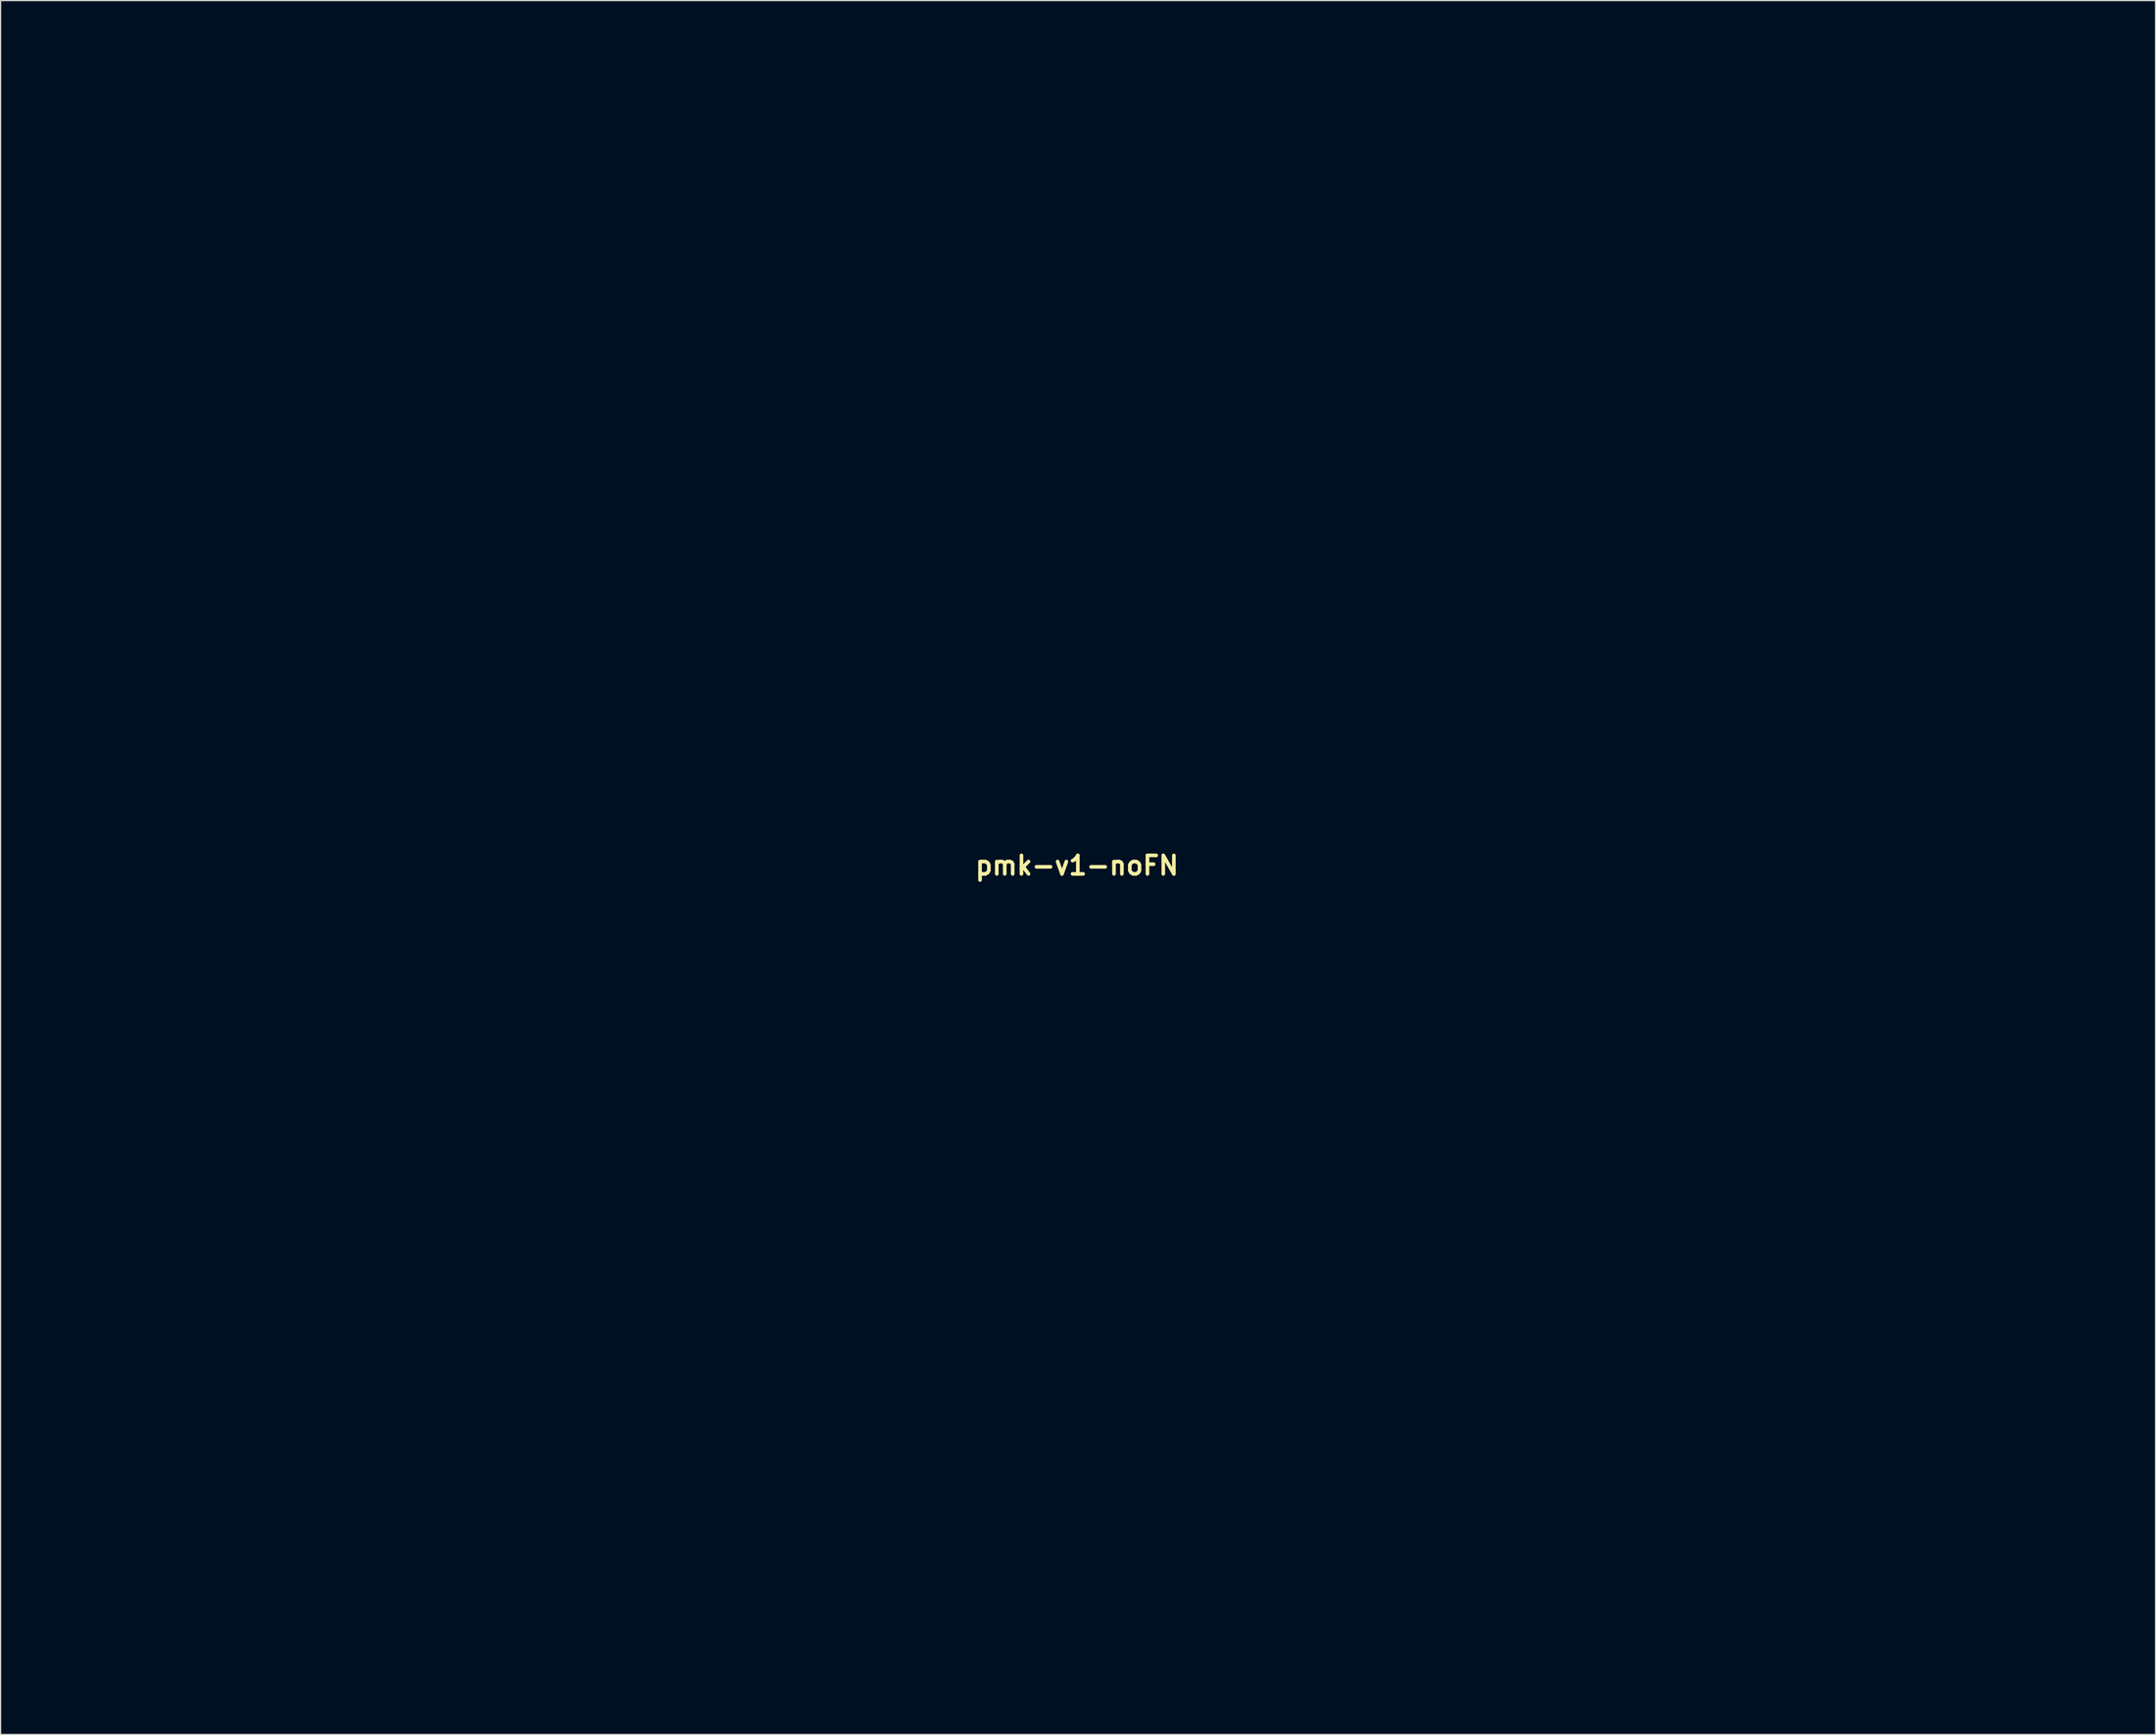
<source format=kicad_pcb>
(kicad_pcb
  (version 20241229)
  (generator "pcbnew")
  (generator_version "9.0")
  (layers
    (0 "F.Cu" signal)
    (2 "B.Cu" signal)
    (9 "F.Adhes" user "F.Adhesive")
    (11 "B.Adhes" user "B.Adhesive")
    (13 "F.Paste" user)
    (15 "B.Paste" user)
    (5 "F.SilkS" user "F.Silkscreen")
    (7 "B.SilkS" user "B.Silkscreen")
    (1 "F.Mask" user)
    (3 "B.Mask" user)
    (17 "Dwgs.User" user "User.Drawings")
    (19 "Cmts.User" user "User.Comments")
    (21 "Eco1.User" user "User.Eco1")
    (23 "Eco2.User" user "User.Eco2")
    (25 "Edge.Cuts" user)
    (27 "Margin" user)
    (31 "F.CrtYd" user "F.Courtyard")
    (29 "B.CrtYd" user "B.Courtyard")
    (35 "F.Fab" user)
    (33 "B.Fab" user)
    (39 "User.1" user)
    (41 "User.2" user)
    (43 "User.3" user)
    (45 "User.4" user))
  (footprint "pmk-v1-noFN"
    (layer "F.Cu")
    (at 85.663 68.229)
    (property "Reference" "pmk-v1-noFN" (at 0 0 0) (layer "F.SilkS") (effects (font (size 1.524 1.524) (thickness 0.3))))
    (attr board_only exclude_from_pos_files exclude_from_bom)
    (fp_poly (pts (xy -77.537 -4.512) (xy -77.704 -4.345) (xy -77.871 -4.512) (xy -77.704 -4.679)) (stroke (width 0.1) (type solid)) (fill no) (layer "Eco1.User"))
    (fp_poly (pts (xy -54.811 -22.559) (xy -54.978 -22.392) (xy -55.145 -22.559) (xy -54.978 -22.726)) (stroke (width 0.1) (type solid)) (fill no) (layer "Eco1.User"))
    (fp_poly (pts (xy -36.876 -54.894) (xy -36.832 -54.21) (xy -36.876 -54.059) (xy -36.998 -54.017) (xy -37.045 -54.476) (xy -36.992 -54.951)) (stroke (width 0.1) (type solid)) (fill no) (layer "Eco1.User"))
    (fp_poly (pts (xy -18.159 -65.394) (xy -18.119 -64.997) (xy -18.159 -64.948) (xy -18.357 -64.994) (xy -18.382 -65.171) (xy -18.259 -65.446)) (stroke (width 0.1) (type solid)) (fill no) (layer "Eco1.User"))
    (fp_poly (pts (xy 54.365 28.519) (xy 54.405 28.916) (xy 54.365 28.965) (xy 54.166 28.919) (xy 54.142 28.742) (xy 54.264 28.467)) (stroke (width 0.1) (type solid)) (fill no) (layer "Eco1.User"))
    (fp_poly (pts (xy 55.702 31.193) (xy 55.656 31.392) (xy 55.479 31.416) (xy 55.204 31.294) (xy 55.256 31.193) (xy 55.653 31.153)) (stroke (width 0.1) (type solid)) (fill no) (layer "Eco1.User"))
    (fp_poly (pts (xy -0.285 -62.776) (xy -0.142 -62.395) (xy -0.322 -61.986) (xy -0.501 -61.94) (xy -0.83 -62.203) (xy -0.849 -62.47) (xy -0.613 -62.892)) (stroke (width 0.1) (type solid)) (fill no) (layer "Eco1.User"))
    (fp_poly (pts (xy 37.903 19.054) (xy 38.019 19.533) (xy 37.85 19.768) (xy 37.565 19.918) (xy 37.516 19.483) (xy 37.519 19.438) (xy 37.666 18.969)) (stroke (width 0.1) (type solid)) (fill no) (layer "Eco1.User"))
    (fp_poly (pts (xy -77.635 -3.422) (xy -77.581 -2.551) (xy -77.641 -2.085) (xy -77.732 -2.007) (xy -77.782 -2.487) (xy -77.787 -2.841) (xy -77.754 -3.488) (xy -77.678 -3.586)) (stroke (width 0.1) (type solid)) (fill no) (layer "Eco1.User"))
    (fp_poly (pts (xy -36.882 -52.773) (xy -36.866 -52.715) (xy -36.817 -51.987) (xy -36.878 -51.713) (xy -36.988 -51.702) (xy -37.033 -52.225) (xy -37.032 -52.304) (xy -36.984 -52.822)) (stroke (width 0.1) (type solid)) (fill no) (layer "Eco1.User"))
    (fp_poly (pts (xy -35.885 -62.014) (xy -35.728 -61.533) (xy -35.91 -61.285) (xy -36.391 -61.128) (xy -36.639 -61.31) (xy -36.796 -61.791) (xy -36.614 -62.039) (xy -36.133 -62.196)) (stroke (width 0.1) (type solid)) (fill no) (layer "Eco1.User"))
    (fp_poly (pts (xy -15.849 -46.925) (xy -15.912 -46.622) (xy -16.142 -45.757) (xy -16.302 -45.485) (xy -16.37 -45.836) (xy -16.371 -45.982) (xy -16.192 -46.8) (xy -16.027 -47.124) (xy -15.827 -47.312)) (stroke (width 0.1) (type solid)) (fill no) (layer "Eco1.User"))
    (fp_poly (pts (xy -54.234 -58.584) (xy -54.142 -58.32) (xy -54.415 -57.899) (xy -54.727 -57.824) (xy -55.098 -57.889) (xy -54.856 -58.117) (xy -54.568 -58.392) (xy -54.856 -58.587) (xy -55.055 -58.741) (xy -54.727 -58.795)) (stroke (width 0.1) (type solid)) (fill no) (layer "Eco1.User"))
    (fp_poly (pts (xy -54.095 -13.183) (xy -53.808 -13.034) (xy -53.475 -12.774) (xy -53.724 -12.711) (xy -53.808 -12.71) (xy -54.523 -12.885) (xy -54.811 -13.034) (xy -55.143 -13.295) (xy -54.894 -13.358) (xy -54.811 -13.358)) (stroke (width 0.1) (type solid)) (fill no) (layer "Eco1.User"))
    (fp_poly (pts (xy 39.137 19.572) (xy 39.244 19.922) (xy 39.039 20.168) (xy 38.43 20.755) (xy 38.145 21.055) (xy 37.95 21.179) (xy 38.1 20.754) (xy 38.243 20.459) (xy 38.682 19.801) (xy 39.07 19.553)) (stroke (width 0.1) (type solid)) (fill no) (layer "Eco1.User"))
    (fp_poly (pts (xy -81.918 -17.578) (xy -81.57 -16.482) (xy -81.046 -16.014) (xy -80.659 -15.829) (xy -80.86 -15.751) (xy -81.297 -15.731) (xy -81.85 -15.761) (xy -82.112 -16.001) (xy -82.181 -16.627) (xy -82.168 -17.295) (xy -82.121 -18.883)) (stroke (width 0.1) (type solid)) (fill no) (layer "Eco1.User"))
    (fp_poly (pts (xy -54.925 3.997) (xy -54.716 4.738) (xy -54.554 5.542) (xy -54.491 6.158) (xy -54.55 6.35) (xy -54.704 6.057) (xy -54.928 5.311) (xy -55.048 4.819) (xy -55.2 3.991) (xy -55.202 3.567) (xy -55.13 3.566)) (stroke (width 0.1) (type solid)) (fill no) (layer "Eco1.User"))
    (fp_poly (pts (xy 36.395 17.555) (xy 36.422 17.797) (xy 36.294 18.293) (xy 36.146 18.382) (xy 35.802 18.648) (xy 35.5 19.134) (xy 35.227 19.548) (xy 35.122 19.384) (xy 35.306 18.78) (xy 35.761 18.047) (xy 36.209 17.539)) (stroke (width 0.1) (type solid)) (fill no) (layer "Eco1.User"))
    (fp_poly (pts (xy 56.637 50.587) (xy 56.305 51.278) (xy 56.167 51.514) (xy 55.741 52.154) (xy 55.5 52.402) (xy 55.48 52.371) (xy 55.616 51.887) (xy 55.939 51.215) (xy 56.316 50.587) (xy 56.617 50.236) (xy 56.691 50.23)) (stroke (width 0.1) (type solid)) (fill no) (layer "Eco1.User"))
    (fp_poly (pts (xy 65.684 34.283) (xy 65.403 34.891) (xy 65.357 34.987) (xy 64.91 35.769) (xy 64.505 36.258) (xy 64.472 36.281) (xy 64.267 36.306) (xy 64.445 35.884) (xy 64.936 35.116) (xy 65.33 34.591) (xy 65.661 34.204)) (stroke (width 0.1) (type solid)) (fill no) (layer "Eco1.User"))
    (fp_poly (pts (xy 66.474 34.934) (xy 66.5 35.176) (xy 66.373 35.672) (xy 66.225 35.761) (xy 65.881 36.026) (xy 65.579 36.513) (xy 65.306 36.927) (xy 65.201 36.763) (xy 65.385 36.159) (xy 65.839 35.426) (xy 66.288 34.917)) (stroke (width 0.1) (type solid)) (fill no) (layer "Eco1.User"))
    (fp_poly (pts (xy -81.897 -40.672) (xy -81.836 -40.186) (xy -81.781 -39.167) (xy -81.774 -39.019) (xy -81.799 -38.093) (xy -81.944 -37.797) (xy -82.136 -38.143) (xy -82.28 -38.94) (xy -82.303 -39.846) (xy -82.176 -40.489) (xy -82.154 -40.527) (xy -81.993 -40.745)) (stroke (width 0.1) (type solid)) (fill no) (layer "Eco1.User"))
    (fp_poly (pts (xy -18.88 -47.174) (xy -18.593 -46.489) (xy -18.324 -45.655) (xy -18.156 -44.925) (xy -18.167 -44.554) (xy -18.439 -44.622) (xy -18.479 -44.678) (xy -18.718 -45.248) (xy -18.947 -46.048) (xy -19.11 -46.834) (xy -19.153 -47.364) (xy -19.104 -47.458)) (stroke (width 0.1) (type solid)) (fill no) (layer "Eco1.User"))
    (fp_poly (pts (xy -54.242 -18.18) (xy -53.894 -17.55) (xy -53.818 -17.232) (xy -53.957 -17.182) (xy -54.182 -17.486) (xy -54.483 -17.906) (xy -54.764 -17.788) (xy -55.013 -17.486) (xy -55.309 -17.14) (xy -55.303 -17.291) (xy -55.083 -17.826) (xy -54.775 -18.447) (xy -54.53 -18.511)) (stroke (width 0.1) (type solid)) (fill no) (layer "Eco1.User"))
    (fp_poly (pts (xy -26.207 -62.897) (xy -26.129 -62.382) (xy -26.101 -61.392) (xy -26.167 -60.738) (xy -26.266 -60.511) (xy -26.338 -60.909) (xy -26.357 -61.264) (xy -26.453 -62.093) (xy -26.681 -62.337) (xy -26.82 -62.286) (xy -26.975 -62.291) (xy -26.737 -62.656) (xy -26.369 -63.05)) (stroke (width 0.1) (type solid)) (fill no) (layer "Eco1.User"))
    (fp_poly (pts (xy -54.468 -3.739) (xy -53.851 -3.353) (xy -53.893 -2.941) (xy -54.452 -2.617) (xy -54.993 -2.48) (xy -55.145 -2.528) (xy -54.875 -2.764) (xy -54.393 -2.997) (xy -53.949 -3.225) (xy -54.131 -3.317) (xy -54.206 -3.321) (xy -54.81 -3.513) (xy -54.975 -3.672) (xy -54.907 -3.846)) (stroke (width 0.1) (type solid)) (fill no) (layer "Eco1.User"))
    (fp_poly (pts (xy -35.877 -58.931) (xy -35.803 -58.178) (xy -35.848 -57.435) (xy -35.93 -56.657) (xy -35.987 -56.519) (xy -36.032 -56.996) (xy -36.036 -57.066) (xy -36.199 -57.875) (xy -36.608 -58.15) (xy -36.668 -58.153) (xy -37.053 -58.196) (xy -36.946 -58.438) (xy -36.676 -58.718) (xy -36.159 -59.098)) (stroke (width 0.1) (type solid)) (fill no) (layer "Eco1.User"))
    (fp_poly (pts (xy 36.619 -43.005) (xy 36.803 -42.928) (xy 36.698 -42.886) (xy 36.256 -42.474) (xy 36.019 -41.485) (xy 36.004 -41.338) (xy 35.877 -39.938) (xy 35.819 -41.334) (xy 35.683 -42.333) (xy 35.346 -42.813) (xy 35.176 -42.883) (xy 35.095 -42.975) (xy 35.573 -43.029) (xy 35.928 -43.036)) (stroke (width 0.1) (type solid)) (fill no) (layer "Eco1.User"))
    (fp_poly (pts (xy 53.583 28.428) (xy 53.557 28.455) (xy 53.203 29.041) (xy 53.146 29.621) (xy 53.371 29.964) (xy 53.658 29.951) (xy 54.003 29.928) (xy 53.973 30.083) (xy 53.51 30.396) (xy 52.936 30.063) (xy 52.84 29.954) (xy 52.618 29.251) (xy 52.929 28.57) (xy 53.416 28.247) (xy 53.778 28.158)) (stroke (width 0.1) (type solid)) (fill no) (layer "Eco1.User"))
    (fp_poly (pts (xy -53.66 0.365) (xy -54.12 0.643) (xy -54.412 0.69) (xy -54.681 0.765) (xy -54.326 0.972) (xy -54.226 1.013) (xy -53.65 1.308) (xy -53.474 1.493) (xy -53.497 1.626) (xy -53.703 1.596) (xy -54.299 1.365) (xy -54.414 1.318) (xy -54.957 0.941) (xy -54.855 0.554) (xy -54.147 0.239) (xy -53.691 0.215)) (stroke (width 0.1) (type solid)) (fill no) (layer "Eco1.User"))
    (fp_poly (pts (xy 36.956 18.986) (xy 36.986 19.202) (xy 36.841 19.539) (xy 36.707 19.517) (xy 36.465 19.621) (xy 36.429 19.841) (xy 36.706 20.335) (xy 37.014 20.491) (xy 37.419 20.618) (xy 37.169 20.671) (xy 37.003 20.682) (xy 36.401 20.473) (xy 36.216 20.22) (xy 36.151 19.54) (xy 36.363 18.936) (xy 36.697 18.716)) (stroke (width 0.1) (type solid)) (fill no) (layer "Eco1.User"))
    (fp_poly (pts (xy -79.955 -4.487) (xy -79.447 -4.068) (xy -79.124 -3.913) (xy -78.679 -3.462) (xy -78.579 -2.601) (xy -78.619 -1.504) (xy -78.83 -2.479) (xy -79.14 -3.32) (xy -79.51 -3.565) (xy -79.832 -3.201) (xy -79.967 -2.61) (xy -80.049 -2.125) (xy -80.107 -2.257) (xy -80.147 -3.029) (xy -80.152 -3.175) (xy -80.137 -4.047) (xy -80.046 -4.496)) (stroke (width 0.1) (type solid)) (fill no) (layer "Eco1.User"))
    (fp_poly (pts (xy 58.753 10.149) (xy 58.94 10.221) (xy 59.41 10.702) (xy 59.409 11.47) (xy 59.14 12.032) (xy 58.935 12.238) (xy 58.958 11.869) (xy 59.014 11.614) (xy 59.028 10.893) (xy 58.695 10.691) (xy 58.131 11.044) (xy 57.92 11.28) (xy 57.62 11.623) (xy 57.648 11.457) (xy 57.845 11.029) (xy 58.188 10.333) (xy 58.425 10.088)) (stroke (width 0.1) (type solid)) (fill no) (layer "Eco1.User"))
    (fp_poly (pts (xy -34.936 -8.823) (xy -35.227 -8.391) (xy -35.758 -7.584) (xy -36.085 -6.804) (xy -36.287 -6.17) (xy -36.37 -6.153) (xy -36.4 -6.693) (xy -36.618 -7.632) (xy -36.949 -8.281) (xy -37.259 -8.866) (xy -37.147 -9.002) (xy -36.72 -8.645) (xy -36.549 -8.439) (xy -36.172 -8.036) (xy -35.908 -8.179) (xy -35.744 -8.439) (xy -35.294 -8.921) (xy -35.024 -9.024)) (stroke (width 0.1) (type solid)) (fill no) (layer "Eco1.User"))
    (fp_poly (pts (xy -28.659 -63.116) (xy -27.975 -63.075) (xy -27.931 -63.023) (xy -28.491 -62.926) (xy -29.236 -62.678) (xy -29.343 -62.307) (xy -28.798 -61.899) (xy -28.659 -61.839) (xy -27.907 -61.537) (xy -28.635 -61.516) (xy -29.299 -61.225) (xy -29.509 -60.743) (xy -29.598 -60.595) (xy -29.67 -61.023) (xy -29.699 -61.578) (xy -29.706 -62.534) (xy -29.578 -62.993) (xy -29.199 -63.127)) (stroke (width 0.1) (type solid)) (fill no) (layer "Eco1.User"))
    (fp_poly (pts (xy -17.293 -47.448) (xy -17.099 -47.007) (xy -16.86 -46.237) (xy -16.643 -45.396) (xy -16.516 -44.741) (xy -16.521 -44.528) (xy -16.763 -44.625) (xy -16.798 -44.678) (xy -16.984 -45.174) (xy -17.204 -45.954) (xy -17.396 -46.596) (xy -17.554 -46.646) (xy -17.728 -46.288) (xy -17.944 -45.916) (xy -18.019 -46.121) (xy -17.913 -46.683) (xy -17.654 -47.223) (xy -17.38 -47.485)) (stroke (width 0.1) (type solid)) (fill no) (layer "Eco1.User"))
    (fp_poly (pts (xy -10.611 -65.455) (xy -9.928 -65.414) (xy -9.883 -65.362) (xy -10.444 -65.266) (xy -11.189 -65.017) (xy -11.295 -64.647) (xy -10.751 -64.239) (xy -10.611 -64.179) (xy -9.859 -63.877) (xy -10.588 -63.855) (xy -11.251 -63.565) (xy -11.462 -63.082) (xy -11.55 -62.935) (xy -11.623 -63.363) (xy -11.652 -63.918) (xy -11.659 -64.874) (xy -11.531 -65.333) (xy -11.152 -65.466)) (stroke (width 0.1) (type solid)) (fill no) (layer "Eco1.User"))
    (fp_poly (pts (xy 7.436 -63.116) (xy 8.119 -63.075) (xy 8.164 -63.023) (xy 7.603 -62.926) (xy 6.858 -62.678) (xy 6.752 -62.307) (xy 7.297 -61.899) (xy 7.436 -61.839) (xy 8.188 -61.537) (xy 7.459 -61.516) (xy 6.796 -61.225) (xy 6.586 -60.743) (xy 6.497 -60.595) (xy 6.424 -61.023) (xy 6.396 -61.578) (xy 6.388 -62.534) (xy 6.516 -62.993) (xy 6.896 -63.127)) (stroke (width 0.1) (type solid)) (fill no) (layer "Eco1.User"))
    (fp_poly (pts (xy 18.131 -25.016) (xy 18.814 -24.975) (xy 18.859 -24.923) (xy 18.298 -24.826) (xy 17.553 -24.578) (xy 17.447 -24.207) (xy 17.992 -23.799) (xy 18.131 -23.739) (xy 18.883 -23.437) (xy 18.154 -23.416) (xy 17.491 -23.125) (xy 17.281 -22.643) (xy 17.192 -22.495) (xy 17.119 -22.923) (xy 17.09 -23.478) (xy 17.083 -24.434) (xy 17.211 -24.893) (xy 17.59 -25.027)) (stroke (width 0.1) (type solid)) (fill no) (layer "Eco1.User"))
    (fp_poly (pts (xy 25.484 -61.11) (xy 26.167 -61.069) (xy 26.211 -61.017) (xy 25.651 -60.921) (xy 24.906 -60.672) (xy 24.799 -60.302) (xy 25.344 -59.894) (xy 25.484 -59.834) (xy 26.236 -59.532) (xy 25.507 -59.511) (xy 24.844 -59.22) (xy 24.633 -58.737) (xy 24.544 -58.59) (xy 24.472 -59.018) (xy 24.443 -59.573) (xy 24.436 -60.529) (xy 24.564 -60.988) (xy 24.943 -61.122)) (stroke (width 0.1) (type solid)) (fill no) (layer "Eco1.User"))
    (fp_poly (pts (xy 34.987 17.361) (xy 35.034 18.016) (xy 34.609 18.694) (xy 34.536 18.758) (xy 34.163 19.031) (xy 34.191 18.833) (xy 34.369 18.487) (xy 34.704 17.763) (xy 34.659 17.444) (xy 34.292 17.379) (xy 33.787 17.65) (xy 33.616 17.928) (xy 33.357 18.305) (xy 33.223 18.295) (xy 33.18 17.874) (xy 33.528 17.372) (xy 34.062 17.008) (xy 34.476 16.962)) (stroke (width 0.1) (type solid)) (fill no) (layer "Eco1.User"))
    (fp_poly (pts (xy 43.531 -61.11) (xy 44.214 -61.069) (xy 44.259 -61.017) (xy 43.698 -60.921) (xy 42.953 -60.672) (xy 42.847 -60.302) (xy 43.392 -59.894) (xy 43.531 -59.834) (xy 44.283 -59.532) (xy 43.554 -59.511) (xy 42.891 -59.22) (xy 42.681 -58.737) (xy 42.592 -58.59) (xy 42.519 -59.018) (xy 42.49 -59.573) (xy 42.483 -60.529) (xy 42.611 -60.988) (xy 42.99 -61.122)) (stroke (width 0.1) (type solid)) (fill no) (layer "Eco1.User"))
    (fp_poly (pts (xy -76.207 -57.95) (xy -76.129 -57.881) (xy -76.023 -57.652) (xy -76.488 -57.709) (xy -76.515 -57.717) (xy -77.058 -57.765) (xy -77.178 -57.386) (xy -77.148 -57.113) (xy -76.889 -56.503) (xy -76.417 -56.42) (xy -75.996 -56.37) (xy -76.019 -56.17) (xy -76.548 -55.838) (xy -77.187 -55.937) (xy -77.314 -56.036) (xy -77.489 -56.513) (xy -77.537 -57.049) (xy -77.315 -57.755) (xy -76.797 -58.099)) (stroke (width 0.1) (type solid)) (fill no) (layer "Eco1.User"))
    (fp_poly (pts (xy 18.375 -60.29) (xy 18.452 -60.221) (xy 18.559 -59.991) (xy 18.094 -60.049) (xy 18.066 -60.056) (xy 17.523 -60.105) (xy 17.403 -59.726) (xy 17.433 -59.453) (xy 17.693 -58.843) (xy 18.164 -58.76) (xy 18.586 -58.709) (xy 18.562 -58.509) (xy 18.033 -58.177) (xy 17.395 -58.277) (xy 17.268 -58.375) (xy 17.093 -58.853) (xy 17.045 -59.389) (xy 17.267 -60.094) (xy 17.784 -60.438)) (stroke (width 0.1) (type solid)) (fill no) (layer "Eco1.User"))
    (fp_poly (pts (xy 56.986 8.155) (xy 57.546 8.507) (xy 58.32 9.061) (xy 57.401 8.839) (xy 56.676 8.808) (xy 56.493 9.1) (xy 56.901 9.587) (xy 57.066 9.701) (xy 57.457 9.971) (xy 57.263 9.952) (xy 57.024 9.879) (xy 56.28 9.889) (xy 55.938 10.061) (xy 55.557 10.28) (xy 55.479 10.223) (xy 55.644 9.818) (xy 56.058 9.076) (xy 56.596 8.216) (xy 56.693 8.071)) (stroke (width 0.1) (type solid)) (fill no) (layer "Eco1.User"))
    (fp_poly (pts (xy 36.011 -57.117) (xy 36.93 -57.083) (xy 35.259 -56.608) (xy 36.031 -56.188) (xy 36.642 -55.573) (xy 36.7 -55.042) (xy 36.398 -54.456) (xy 35.867 -54.176) (xy 35.371 -54.321) (xy 35.294 -54.42) (xy 35.389 -54.661) (xy 35.681 -54.689) (xy 36.17 -54.883) (xy 36.262 -55.145) (xy 35.993 -55.545) (xy 35.677 -55.6) (xy 35.206 -55.792) (xy 35.092 -56.352) (xy 35.214 -56.935) (xy 35.713 -57.117)) (stroke (width 0.1) (type solid)) (fill no) (layer "Eco1.User"))
    (fp_poly (pts (xy 55.484 49.143) (xy 55.693 49.553) (xy 55.692 49.886) (xy 55.588 49.637) (xy 55.179 49.206) (xy 54.54 49.186) (xy 53.955 49.563) (xy 53.843 49.732) (xy 53.696 50.503) (xy 54.167 51.047) (xy 54.643 51.224) (xy 55.1 51.356) (xy 54.91 51.411) (xy 54.601 51.43) (xy 53.825 51.236) (xy 53.465 50.957) (xy 53.201 50.213) (xy 53.439 49.474) (xy 54.047 48.959) (xy 54.727 48.856)) (stroke (width 0.1) (type solid)) (fill no) (layer "Eco1.User"))
    (fp_poly (pts (xy 52.335 27.182) (xy 52.642 27.646) (xy 52.448 28.458) (xy 52.408 28.538) (xy 52.042 29.125) (xy 51.682 29.181) (xy 51.203 28.886) (xy 50.719 28.406) (xy 50.647 28.051) (xy 51.029 27.744) (xy 51.29 27.903) (xy 51.255 28.241) (xy 51.21 28.682) (xy 51.537 28.64) (xy 51.994 28.265) (xy 52.422 27.718) (xy 52.262 27.446) (xy 51.719 27.366) (xy 51.245 27.316) (xy 51.41 27.216) (xy 51.587 27.168)) (stroke (width 0.1) (type solid)) (fill no) (layer "Eco1.User"))
    (fp_poly (pts (xy 55.323 29.424) (xy 55.284 29.53) (xy 55.297 29.988) (xy 55.63 30.079) (xy 56.006 29.91) (xy 55.951 29.661) (xy 55.858 29.415) (xy 56.136 29.632) (xy 56.418 30.153) (xy 56.193 30.501) (xy 55.624 30.481) (xy 55.483 30.415) (xy 54.958 30.271) (xy 54.708 30.66) (xy 54.706 30.665) (xy 54.585 30.988) (xy 54.524 30.675) (xy 54.515 30.538) (xy 54.707 29.763) (xy 54.985 29.404) (xy 55.348 29.16)) (stroke (width 0.1) (type solid)) (fill no) (layer "Eco1.User"))
    (fp_poly (pts (xy -7.941 -65.22) (xy -7.687 -64.704) (xy -7.907 -64.08) (xy -8.188 -63.715) (xy -8.631 -63.175) (xy -8.523 -62.878) (xy -8.105 -62.728) (xy -7.918 -62.61) (xy -8.365 -62.54) (xy -8.439 -62.536) (xy -9.105 -62.596) (xy -9.358 -62.78) (xy -9.134 -63.192) (xy -8.689 -63.667) (xy -8.14 -64.341) (xy -8.038 -64.867) (xy -8.378 -65.103) (xy -8.738 -65.062) (xy -9.204 -65.001) (xy -9.097 -65.231) (xy -9.094 -65.234) (xy -8.519 -65.443)) (stroke (width 0.1) (type solid)) (fill no) (layer "Eco1.User"))
    (fp_poly (pts (xy 9.997 -62.894) (xy 10.25 -62.139) (xy 10.264 -61.598) (xy 10.061 -60.721) (xy 9.653 -60.209) (xy 9.172 -60.171) (xy 8.87 -60.47) (xy 8.901 -60.684) (xy 9.14 -60.633) (xy 9.657 -60.66) (xy 9.928 -61.014) (xy 9.78 -61.431) (xy 9.699 -61.49) (xy 9.477 -61.798) (xy 9.656 -61.974) (xy 10.025 -62.409) (xy 9.837 -62.722) (xy 9.31 -62.722) (xy 8.844 -62.662) (xy 8.95 -62.892) (xy 8.953 -62.895) (xy 9.532 -63.179)) (stroke (width 0.1) (type solid)) (fill no) (layer "Eco1.User"))
    (fp_poly (pts (xy 19.126 -6.741) (xy 18.969 -6.033) (xy 18.795 -5.514) (xy 18.422 -4.637) (xy 18.102 -4.095) (xy 17.988 -4.011) (xy 17.757 -4.301) (xy 17.473 -5.03) (xy 17.37 -5.381) (xy 17.182 -6.266) (xy 17.153 -6.849) (xy 17.188 -6.938) (xy 17.369 -6.786) (xy 17.566 -6.164) (xy 17.586 -6.069) (xy 17.847 -5.243) (xy 18.141 -5.076) (xy 18.43 -5.572) (xy 18.549 -6.016) (xy 18.787 -6.717) (xy 19.055 -7.018) (xy 19.061 -7.018)) (stroke (width 0.1) (type solid)) (fill no) (layer "Eco1.User"))
    (fp_poly (pts (xy 57.799 51.325) (xy 57.855 51.377) (xy 58.321 51.618) (xy 58.764 51.377) (xy 59.035 51.211) (xy 58.977 51.483) (xy 58.708 52.032) (xy 58.24 52.81) (xy 57.825 53.299) (xy 57.787 53.326) (xy 57.608 53.308) (xy 57.816 52.81) (xy 58.036 52.07) (xy 57.852 51.686) (xy 57.41 51.773) (xy 57.022 52.183) (xy 56.642 52.625) (xy 56.482 52.613) (xy 56.482 52.609) (xy 56.664 52.092) (xy 56.96 51.616) (xy 57.403 51.19)) (stroke (width 0.1) (type solid)) (fill no) (layer "Eco1.User"))
    (fp_poly (pts (xy -17.714 -61.248) (xy -17.495 -60.981) (xy -17.544 -60.357) (xy -17.84 -59.868) (xy -18.308 -59.248) (xy -18.25 -58.901) (xy -17.797 -58.717) (xy -17.61 -58.6) (xy -18.057 -58.529) (xy -18.131 -58.526) (xy -18.798 -58.56) (xy -19.05 -58.685) (xy -18.864 -59.059) (xy -18.412 -59.693) (xy -18.386 -59.727) (xy -17.969 -60.461) (xy -17.973 -60.96) (xy -18.377 -61.086) (xy -18.582 -61.027) (xy -18.992 -61.037) (xy -19.05 -61.171) (xy -18.803 -61.456) (xy -18.258 -61.469)) (stroke (width 0.1) (type solid)) (fill no) (layer "Eco1.User"))
    (fp_poly (pts (xy 0.243 -58.919) (xy 0.459 -58.449) (xy 0.501 -57.656) (xy 0.411 -56.705) (xy 0.105 -56.27) (xy -0.052 -56.217) (xy -0.645 -56.303) (xy -0.822 -56.459) (xy -0.791 -56.673) (xy -0.552 -56.622) (xy 0.016 -56.683) (xy 0.192 -56.857) (xy 0.233 -57.29) (xy 0.095 -57.397) (xy -0.116 -57.766) (xy -0.078 -58.225) (xy -0.034 -58.73) (xy -0.37 -58.749) (xy -0.448 -58.721) (xy -0.909 -58.699) (xy -1.003 -58.855) (xy -0.726 -59.084) (xy -0.251 -59.095)) (stroke (width 0.1) (type solid)) (fill no) (layer "Eco1.User"))
    (fp_poly (pts (xy 73.994 22.849) (xy 74.799 23.159) (xy 75.357 23.392) (xy 76.91 24.057) (xy 76.063 25.477) (xy 75.523 26.314) (xy 75.094 26.862) (xy 74.956 26.971) (xy 74.574 26.814) (xy 73.885 26.331) (xy 73.421 25.953) (xy 72.146 24.862) (xy 72.315 24.564) (xy 73.861 24.564) (xy 74.028 24.732) (xy 74.195 24.564) (xy 74.028 24.397) (xy 73.861 24.564) (xy 72.315 24.564) (xy 72.752 23.796) (xy 73.204 23.098) (xy 73.542 22.741) (xy 73.582 22.728)) (stroke (width 0.1) (type solid)) (fill no) (layer "Eco1.User"))
    (fp_poly (pts (xy -81.004 -3.875) (xy -80.879 -3.687) (xy -81.124 -3.503) (xy -81.38 -3.555) (xy -81.809 -3.541) (xy -81.882 -3.378) (xy -81.61 -3.054) (xy -81.356 -3.008) (xy -80.975 -2.797) (xy -80.97 -2.338) (xy -81.285 -1.893) (xy -81.635 -1.734) (xy -82.122 -1.799) (xy -82.216 -1.97) (xy -81.972 -2.175) (xy -81.714 -2.126) (xy -81.284 -2.124) (xy -81.213 -2.268) (xy -81.48 -2.665) (xy -81.714 -2.795) (xy -82.162 -3.203) (xy -82.138 -3.702) (xy -81.683 -4) (xy -81.547 -4.011)) (stroke (width 0.1) (type solid)) (fill no) (layer "Eco1.User"))
    (fp_poly (pts (xy -78.331 -58.017) (xy -78.205 -57.829) (xy -78.45 -57.645) (xy -78.707 -57.698) (xy -79.136 -57.683) (xy -79.208 -57.52) (xy -78.936 -57.196) (xy -78.682 -57.15) (xy -78.301 -56.939) (xy -78.297 -56.481) (xy -78.612 -56.035) (xy -78.961 -55.876) (xy -79.448 -55.941) (xy -79.542 -56.112) (xy -79.298 -56.317) (xy -79.041 -56.268) (xy -78.611 -56.266) (xy -78.539 -56.41) (xy -78.806 -56.808) (xy -79.041 -56.937) (xy -79.488 -57.346) (xy -79.464 -57.844) (xy -79.009 -58.143) (xy -78.874 -58.153)) (stroke (width 0.1) (type solid)) (fill no) (layer "Eco1.User"))
    (fp_poly (pts (xy -71.758 -18.543) (xy -72.173 -18.128) (xy -72.177 -18.124) (xy -72.908 -17.533) (xy -72.19 -16.62) (xy -71.806 -16.025) (xy -71.774 -15.719) (xy -71.819 -15.708) (xy -72.234 -15.969) (xy -72.524 -16.376) (xy -72.994 -16.962) (xy -73.387 -16.9) (xy -73.625 -16.293) (xy -73.705 -16.156) (xy -73.761 -16.592) (xy -73.776 -17.212) (xy -73.754 -18.037) (xy -73.691 -18.392) (xy -73.63 -18.298) (xy -73.323 -17.771) (xy -72.845 -17.89) (xy -72.524 -18.214) (xy -72.022 -18.636) (xy -71.777 -18.716)) (stroke (width 0.1) (type solid)) (fill no) (layer "Eco1.User"))
    (fp_poly (pts (xy 46.348 -61.067) (xy 46.149 -60.961) (xy 46.038 -60.93) (xy 45.534 -60.637) (xy 45.525 -60.303) (xy 45.976 -60.158) (xy 46.355 -59.941) (xy 46.394 -59.242) (xy 46.122 -58.554) (xy 45.632 -58.188) (xy 45.133 -58.264) (xy 44.986 -58.431) (xy 45.079 -58.673) (xy 45.36 -58.7) (xy 45.885 -58.938) (xy 46.058 -59.287) (xy 46.033 -59.742) (xy 45.573 -59.757) (xy 45.486 -59.736) (xy 44.935 -59.697) (xy 44.784 -59.828) (xy 45.023 -60.669) (xy 45.636 -61.1) (xy 45.906 -61.122)) (stroke (width 0.1) (type solid)) (fill no) (layer "Eco1.User"))
    (fp_poly (pts (xy 50.303 26.204) (xy 50.723 26.791) (xy 50.576 27.372) (xy 49.948 27.808) (xy 49.181 27.961) (xy 48.486 27.945) (xy 48.324 27.736) (xy 48.44 27.46) (xy 48.58 27.228) (xy 49.129 27.228) (xy 49.342 27.663) (xy 49.798 27.685) (xy 50.219 27.304) (xy 50.271 27.19) (xy 50.373 26.642) (xy 50.321 26.481) (xy 49.882 26.421) (xy 49.382 26.727) (xy 49.13 27.204) (xy 49.129 27.228) (xy 48.58 27.228) (xy 49.042 26.463) (xy 49.507 26.001) (xy 49.954 25.995)) (stroke (width 0.1) (type solid)) (fill no) (layer "Eco1.User"))
    (fp_poly (pts (xy -80.657 -22.615) (xy -80.06 -22.278) (xy -79.932 -22.058) (xy -79.88 -21.735) (xy -80.169 -21.89) (xy -80.319 -22.012) (xy -81.034 -22.305) (xy -81.63 -22.089) (xy -81.882 -21.446) (xy -81.882 -21.441) (xy -81.659 -20.65) (xy -81.12 -20.239) (xy -80.46 -20.333) (xy -80.323 -20.429) (xy -79.92 -20.714) (xy -79.889 -20.527) (xy -79.932 -20.387) (xy -80.383 -19.913) (xy -81.106 -19.796) (xy -81.78 -20.085) (xy -81.802 -20.107) (xy -82.163 -20.873) (xy -82.134 -21.828) (xy -81.922 -22.338) (xy -81.39 -22.651)) (stroke (width 0.1) (type solid)) (fill no) (layer "Eco1.User"))
    (fp_poly (pts (xy -75.31 -18.605) (xy -74.713 -18.267) (xy -74.584 -18.047) (xy -74.532 -17.724) (xy -74.821 -17.88) (xy -74.972 -18.001) (xy -75.686 -18.295) (xy -76.283 -18.078) (xy -76.534 -17.435) (xy -76.534 -17.43) (xy -76.311 -16.64) (xy -75.772 -16.228) (xy -75.112 -16.323) (xy -74.976 -16.419) (xy -74.573 -16.704) (xy -74.542 -16.516) (xy -74.584 -16.376) (xy -75.036 -15.902) (xy -75.759 -15.786) (xy -76.432 -16.075) (xy -76.455 -16.096) (xy -76.815 -16.862) (xy -76.786 -17.817) (xy -76.575 -18.327) (xy -76.043 -18.641)) (stroke (width 0.1) (type solid)) (fill no) (layer "Eco1.User"))
    (fp_poly (pts (xy -74.796 -22.652) (xy -74.568 -22.332) (xy -74.589 -21.974) (xy -74.968 -21.299) (xy -75.427 -21.118) (xy -76.103 -20.724) (xy -76.301 -20.283) (xy -76.388 -20.147) (xy -76.46 -20.584) (xy -76.489 -21.139) (xy -76.492 -21.821) (xy -76.139 -21.821) (xy -75.97 -21.605) (xy -75.473 -21.478) (xy -75.015 -21.83) (xy -74.94 -21.995) (xy -75.104 -22.311) (xy -75.504 -22.392) (xy -76.105 -22.23) (xy -76.139 -21.821) (xy -76.492 -21.821) (xy -76.493 -22.096) (xy -76.361 -22.561) (xy -75.984 -22.713) (xy -75.508 -22.726)) (stroke (width 0.1) (type solid)) (fill no) (layer "Eco1.User"))
    (fp_poly (pts (xy 0.556 -8.913) (xy 1.153 -8.575) (xy 1.281 -8.355) (xy 1.334 -8.032) (xy 1.044 -8.188) (xy 0.894 -8.309) (xy 0.179 -8.603) (xy -0.417 -8.386) (xy -0.668 -7.743) (xy -0.668 -7.738) (xy -0.446 -6.948) (xy 0.093 -6.536) (xy 0.754 -6.631) (xy 0.89 -6.727) (xy 1.293 -7.012) (xy 1.324 -6.824) (xy 1.281 -6.684) (xy 0.83 -6.21) (xy 0.107 -6.093) (xy -0.567 -6.383) (xy -0.589 -6.404) (xy -0.949 -7.17) (xy -0.921 -8.125) (xy -0.709 -8.635) (xy -0.177 -8.948)) (stroke (width 0.1) (type solid)) (fill no) (layer "Eco1.User"))
    (fp_poly (pts (xy 64.108 34.228) (xy 64.097 35.135) (xy 63.941 35.742) (xy 63.707 35.936) (xy 63.46 35.608) (xy 63.397 35.404) (xy 63.098 34.871) (xy 62.487 34.852) (xy 62.434 34.865) (xy 62.038 34.923) (xy 62.071 34.742) (xy 62.367 34.443) (xy 63.166 34.443) (xy 63.421 34.749) (xy 63.5 34.758) (xy 63.793 34.486) (xy 63.834 34.237) (xy 63.672 33.891) (xy 63.5 33.922) (xy 63.179 34.35) (xy 63.166 34.443) (xy 62.367 34.443) (xy 62.569 34.24) (xy 62.832 34) (xy 64.001 32.941)) (stroke (width 0.1) (type solid)) (fill no) (layer "Eco1.User"))
    (fp_poly (pts (xy -81.13 -58.771) (xy -80.435 -58.731) (xy -80.382 -58.681) (xy -80.942 -58.586) (xy -80.982 -58.58) (xy -81.655 -58.327) (xy -81.724 -57.946) (xy -81.202 -57.563) (xy -80.854 -57.443) (xy -80.326 -57.281) (xy -80.407 -57.212) (xy -80.99 -57.183) (xy -81.664 -57.014) (xy -81.768 -56.666) (xy -81.32 -56.281) (xy -80.854 -56.106) (xy -80.38 -55.952) (xy -80.487 -55.879) (xy -81.13 -55.846) (xy -81.797 -55.862) (xy -82.113 -56.08) (xy -82.209 -56.679) (xy -82.216 -57.317) (xy -82.191 -58.24) (xy -82.028 -58.67) (xy -81.596 -58.783)) (stroke (width 0.1) (type solid)) (fill no) (layer "Eco1.User"))
    (fp_poly (pts (xy -78.618 -40.582) (xy -78.113 -40.166) (xy -77.765 -39.999) (xy -77.294 -39.542) (xy -77.22 -38.857) (xy -77.498 -38.218) (xy -78.082 -37.898) (xy -78.122 -37.895) (xy -78.582 -37.942) (xy -78.802 -38.258) (xy -78.857 -38.892) (xy -78.482 -38.892) (xy -78.301 -38.4) (xy -77.964 -38.228) (xy -77.873 -38.266) (xy -77.591 -38.738) (xy -77.537 -39.122) (xy -77.718 -39.681) (xy -78.12 -39.703) (xy -78.382 -39.421) (xy -78.482 -38.892) (xy -78.857 -38.892) (xy -78.867 -39.013) (xy -78.869 -39.399) (xy -78.82 -40.224) (xy -78.702 -40.611)) (stroke (width 0.1) (type solid)) (fill no) (layer "Eco1.User"))
    (fp_poly (pts (xy -77.686 -18.232) (xy -77.537 -17.276) (xy -77.537 -17.228) (xy -77.748 -16.282) (xy -78.28 -15.767) (xy -78.983 -15.772) (xy -79.475 -16.109) (xy -79.776 -16.726) (xy -79.851 -17.256) (xy -79.532 -17.256) (xy -79.404 -16.499) (xy -79.018 -16.064) (xy -78.538 -16.136) (xy -78.153 -16.619) (xy -78.038 -17.216) (xy -78.145 -17.949) (xy -78.54 -18.205) (xy -78.702 -18.214) (xy -79.288 -17.941) (xy -79.532 -17.256) (xy -79.851 -17.256) (xy -79.876 -17.439) (xy -79.713 -18.195) (xy -79.121 -18.558) (xy -79.06 -18.574) (xy -78.167 -18.641)) (stroke (width 0.1) (type solid)) (fill no) (layer "Eco1.User"))
    (fp_poly (pts (xy -35.258 -44.969) (xy -34.748 -44.356) (xy -34.578 -43.325) (xy -34.617 -42.559) (xy -34.913 -42.247) (xy -35.463 -42.183) (xy -36.283 -42.318) (xy -36.765 -42.615) (xy -37.013 -43.27) (xy -37.029 -43.747) (xy -36.724 -43.747) (xy -36.499 -43.038) (xy -36.432 -42.95) (xy -35.87 -42.613) (xy -35.381 -42.822) (xy -35.148 -43.463) (xy -35.158 -43.741) (xy -35.418 -44.438) (xy -35.923 -44.617) (xy -36.506 -44.358) (xy -36.724 -43.747) (xy -37.029 -43.747) (xy -37.038 -44.012) (xy -36.779 -44.766) (xy -36.143 -45.063) (xy -36.14 -45.063)) (stroke (width 0.1) (type solid)) (fill no) (layer "Eco1.User"))
    (fp_poly (pts (xy -17.144 -11.154) (xy -17.348 -10.756) (xy -17.583 -10.057) (xy -17.367 -9.392) (xy -17.228 -9.168) (xy -16.906 -8.531) (xy -17.008 -8.377) (xy -17.447 -8.761) (xy -17.593 -8.94) (xy -17.979 -9.343) (xy -18.292 -9.198) (xy -18.502 -8.94) (xy -19.009 -8.418) (xy -19.2 -8.448) (xy -18.988 -8.974) (xy -18.867 -9.168) (xy -18.525 -9.891) (xy -18.641 -10.543) (xy -18.747 -10.756) (xy -19 -11.277) (xy -18.887 -11.294) (xy -18.603 -11.072) (xy -18.071 -10.781) (xy -17.558 -11.018) (xy -17.491 -11.072) (xy -17.123 -11.341)) (stroke (width 0.1) (type solid)) (fill no) (layer "Eco1.User"))
    (fp_poly (pts (xy 0.084 -45.068) (xy 0.778 -45.028) (xy 0.831 -44.978) (xy 0.271 -44.883) (xy 0.231 -44.877) (xy -0.442 -44.624) (xy -0.511 -44.243) (xy 0.011 -43.86) (xy 0.359 -43.741) (xy 0.887 -43.578) (xy 0.806 -43.51) (xy 0.223 -43.481) (xy -0.451 -43.311) (xy -0.555 -42.963) (xy -0.107 -42.578) (xy 0.359 -42.404) (xy 0.833 -42.25) (xy 0.727 -42.177) (xy 0.084 -42.144) (xy -0.584 -42.159) (xy -0.9 -42.377) (xy -0.996 -42.976) (xy -1.003 -43.614) (xy -0.978 -44.537) (xy -0.815 -44.967) (xy -0.383 -45.081)) (stroke (width 0.1) (type solid)) (fill no) (layer "Eco1.User"))
    (fp_poly (pts (xy 28.288 -60.871) (xy 28.44 -60.181) (xy 28.526 -59.359) (xy 28.51 -58.673) (xy 28.476 -58.523) (xy 28.166 -58.186) (xy 27.821 -58.248) (xy 27.739 -58.487) (xy 27.469 -58.783) (xy 27.238 -58.821) (xy 26.793 -58.929) (xy 26.737 -59.02) (xy 26.901 -59.47) (xy 27.023 -59.684) (xy 27.432 -59.684) (xy 27.493 -59.251) (xy 27.607 -59.246) (xy 27.687 -59.693) (xy 27.634 -59.886) (xy 27.485 -60.013) (xy 27.432 -59.684) (xy 27.023 -59.684) (xy 27.284 -60.143) (xy 27.725 -60.785) (xy 28.062 -61.144) (xy 28.109 -61.161)) (stroke (width 0.1) (type solid)) (fill no) (layer "Eco1.User"))
    (fp_poly (pts (xy -75.665 -4.59) (xy -75.515 -4.156) (xy -75.433 -3.391) (xy -75.423 -2.551) (xy -75.49 -1.894) (xy -75.615 -1.671) (xy -75.791 -1.962) (xy -75.866 -2.662) (xy -75.866 -2.674) (xy -75.975 -3.458) (xy -76.223 -3.638) (xy -76.491 -3.229) (xy -76.627 -2.59) (xy -76.761 -1.504) (xy -76.865 -2.59) (xy -76.948 -3.466) (xy -77.002 -4.062) (xy -77.002 -4.066) (xy -76.768 -4.506) (xy -76.571 -4.611) (xy -76.276 -4.579) (xy -76.34 -4.388) (xy -76.352 -4.05) (xy -76.22 -4.011) (xy -75.886 -4.271) (xy -75.866 -4.4) (xy -75.742 -4.637)) (stroke (width 0.1) (type solid)) (fill no) (layer "Eco1.User"))
    (fp_poly (pts (xy -17.467 -39.38) (xy -17.558 -39.256) (xy -18.047 -39.036) (xy -18.883 -38.678) (xy -18.047 -38.422) (xy -17.212 -38.167) (xy -18.047 -38.11) (xy -18.607 -38.046) (xy -18.543 -37.916) (xy -18.214 -37.766) (xy -17.772 -37.545) (xy -17.934 -37.467) (xy -18.151 -37.455) (xy -18.555 -37.284) (xy -18.535 -37.075) (xy -18.078 -36.855) (xy -17.846 -36.897) (xy -17.437 -36.886) (xy -17.379 -36.753) (xy -17.63 -36.467) (xy -18.217 -36.513) (xy -18.654 -36.718) (xy -19.143 -37.345) (xy -19.207 -38.153) (xy -18.907 -38.905) (xy -18.304 -39.366) (xy -17.952 -39.416)) (stroke (width 0.1) (type solid)) (fill no) (layer "Eco1.User"))
    (fp_poly (pts (xy 0.762 -26.941) (xy 1.14 -26.431) (xy 1.213 -26.184) (xy 1.229 -25.117) (xy 0.698 -24.4) (xy -0.117 -24.125) (xy -0.658 -24.107) (xy -0.917 -24.336) (xy -0.997 -24.979) (xy -1.003 -25.545) (xy -0.995 -25.79) (xy -0.668 -25.79) (xy -0.519 -24.841) (xy -0.131 -24.449) (xy 0.404 -24.656) (xy 0.781 -25.124) (xy 0.964 -25.88) (xy 0.652 -26.499) (xy 0.01 -26.737) (xy -0.496 -26.573) (xy -0.665 -25.968) (xy -0.668 -25.79) (xy -0.995 -25.79) (xy -0.974 -26.478) (xy -0.812 -26.924) (xy -0.397 -27.061) (xy -0.006 -27.071)) (stroke (width 0.1) (type solid)) (fill no) (layer "Eco1.User"))
    (fp_poly (pts (xy 48.04 24.125) (xy 48.799 24.411) (xy 49.009 24.822) (xy 49.008 25.154) (xy 48.903 24.905) (xy 48.483 24.492) (xy 48.05 24.397) (xy 47.576 24.443) (xy 47.634 24.692) (xy 47.907 25.009) (xy 48.343 25.705) (xy 48.461 26.178) (xy 48.204 26.601) (xy 47.626 26.739) (xy 47.008 26.587) (xy 46.658 26.208) (xy 46.474 25.584) (xy 46.552 25.458) (xy 46.816 25.818) (xy 47.245 26.234) (xy 47.758 26.412) (xy 48.09 26.284) (xy 48.116 26.152) (xy 47.925 25.717) (xy 47.614 25.253) (xy 47.181 24.526) (xy 47.291 24.163) (xy 47.964 24.116)) (stroke (width 0.1) (type solid)) (fill no) (layer "Eco1.User"))
    (fp_poly (pts (xy -79.706 -39.843) (xy -79.491 -39.231) (xy -79.546 -38.527) (xy -79.868 -37.992) (xy -80.204 -37.858) (xy -80.839 -37.956) (xy -81.059 -38.121) (xy -81.087 -38.611) (xy -80.739 -38.611) (xy -80.712 -38.434) (xy -80.426 -38.116) (xy -80.378 -38.1) (xy -80.112 -38.333) (xy -80.043 -38.434) (xy -80.123 -38.717) (xy -80.378 -38.768) (xy -80.739 -38.611) (xy -81.087 -38.611) (xy -81.09 -38.664) (xy -80.655 -39.051) (xy -80.358 -39.103) (xy -79.926 -39.311) (xy -79.876 -39.476) (xy -80.141 -39.706) (xy -80.545 -39.674) (xy -80.998 -39.652) (xy -81.027 -39.802) (xy -80.573 -40.056) (xy -80.191 -40.105)) (stroke (width 0.1) (type solid)) (fill no) (layer "Eco1.User"))
    (fp_poly (pts (xy -77.869 -22.364) (xy -77.525 -21.522) (xy -77.421 -21.222) (xy -77.183 -20.351) (xy -77.147 -19.808) (xy -77.223 -19.718) (xy -77.502 -19.989) (xy -77.537 -20.22) (xy -77.767 -20.64) (xy -78.307 -20.672) (xy -78.931 -20.328) (xy -79.115 -20.136) (xy -79.459 -19.75) (xy -79.468 -19.915) (xy -79.368 -20.22) (xy -78.882 -21.576) (xy -78.539 -21.576) (xy -78.365 -21.119) (xy -78.205 -21.055) (xy -77.881 -21.295) (xy -77.871 -21.37) (xy -78.114 -21.822) (xy -78.205 -21.891) (xy -78.491 -21.815) (xy -78.539 -21.576) (xy -78.882 -21.576) (xy -78.858 -21.643) (xy -78.477 -22.454) (xy -78.167 -22.685)) (stroke (width 0.1) (type solid)) (fill no) (layer "Eco1.User"))
    (fp_poly (pts (xy -72.165 -22.402) (xy -71.93 -22.116) (xy -71.916 -21.845) (xy -72.272 -21.982) (xy -72.472 -22.103) (xy -73.094 -22.331) (xy -73.428 -22.25) (xy -73.444 -21.906) (xy -73.323 -21.833) (xy -72.445 -21.342) (xy -71.968 -20.72) (xy -71.958 -20.268) (xy -72.425 -19.831) (xy -73.132 -19.722) (xy -73.638 -19.941) (xy -73.852 -20.454) (xy -73.855 -20.526) (xy -73.718 -20.618) (xy -73.555 -20.422) (xy -73.095 -20.156) (xy -72.528 -20.234) (xy -72.198 -20.594) (xy -72.189 -20.674) (xy -72.473 -20.974) (xy -73.047 -21.198) (xy -73.709 -21.556) (xy -73.795 -21.986) (xy -73.434 -22.413) (xy -72.782 -22.559)) (stroke (width 0.1) (type solid)) (fill no) (layer "Eco1.User"))
    (fp_poly (pts (xy -17.426 -29.128) (xy -17.181 -28.817) (xy -17.195 -28.623) (xy -17.265 -28.734) (xy -17.697 -29.005) (xy -18.159 -29.064) (xy -18.586 -29.021) (xy -18.564 -28.832) (xy -18.056 -28.377) (xy -17.916 -28.261) (xy -17.238 -27.515) (xy -17.153 -26.936) (xy -17.615 -26.512) (xy -18.319 -26.407) (xy -18.827 -26.625) (xy -19.042 -27.138) (xy -19.045 -27.21) (xy -18.908 -27.302) (xy -18.744 -27.106) (xy -18.285 -26.84) (xy -17.718 -26.918) (xy -17.387 -27.278) (xy -17.379 -27.359) (xy -17.663 -27.659) (xy -18.237 -27.882) (xy -18.899 -28.241) (xy -18.984 -28.67) (xy -18.64 -29.084) (xy -18.018 -29.244)) (stroke (width 0.1) (type solid)) (fill no) (layer "Eco1.User"))
    (fp_poly (pts (xy 32.469 14.861) (xy 33.015 15.164) (xy 33.476 15.485) (xy 33.629 15.679) (xy 33.588 15.691) (xy 33.035 15.533) (xy 32.761 15.386) (xy 32.213 15.288) (xy 32.024 15.471) (xy 32.084 15.925) (xy 32.517 16.292) (xy 32.991 16.582) (xy 32.891 16.626) (xy 32.335 16.51) (xy 31.614 16.504) (xy 31.412 16.838) (xy 31.769 17.387) (xy 32.001 17.582) (xy 32.408 17.948) (xy 32.277 17.989) (xy 31.658 17.696) (xy 31.583 17.654) (xy 31.019 17.331) (xy 30.817 17.204) (xy 30.872 16.883) (xy 31.147 16.231) (xy 31.521 15.491) (xy 31.873 14.908) (xy 32.063 14.717)) (stroke (width 0.1) (type solid)) (fill no) (layer "Eco1.User"))
    (fp_poly (pts (xy 37.156 -24.715) (xy 37.297 -24.473) (xy 37.281 -24.278) (xy 37.212 -24.389) (xy 36.756 -24.685) (xy 36.086 -24.683) (xy 35.586 -24.386) (xy 35.582 -24.378) (xy 35.471 -23.761) (xy 35.643 -23.034) (xy 35.996 -22.497) (xy 36.248 -22.392) (xy 36.814 -22.599) (xy 36.989 -23.045) (xy 36.722 -23.427) (xy 36.482 -23.659) (xy 36.866 -23.724) (xy 36.87 -23.724) (xy 37.327 -23.536) (xy 37.371 -22.977) (xy 37.009 -22.341) (xy 36.333 -22.106) (xy 35.615 -22.35) (xy 35.506 -22.446) (xy 35.145 -23.212) (xy 35.174 -24.167) (xy 35.386 -24.677) (xy 35.886 -24.976) (xy 36.585 -24.977)) (stroke (width 0.1) (type solid)) (fill no) (layer "Eco1.User"))
    (fp_poly (pts (xy -35.854 -26.791) (xy -35.506 -26.113) (xy -35.167 -25.281) (xy -34.937 -24.539) (xy -34.914 -24.131) (xy -34.921 -24.123) (xy -35.148 -24.244) (xy -35.287 -24.517) (xy -35.687 -24.941) (xy -36.248 -25.049) (xy -36.682 -24.831) (xy -36.763 -24.564) (xy -36.933 -24.12) (xy -37.077 -24.063) (xy -37.164 -24.343) (xy -37.034 -25.057) (xy -36.879 -25.567) (xy -36.746 -25.901) (xy -36.429 -25.901) (xy -36.248 -25.457) (xy -36.095 -25.4) (xy -35.798 -25.671) (xy -35.761 -25.901) (xy -35.941 -26.346) (xy -36.095 -26.403) (xy -36.391 -26.132) (xy -36.429 -25.901) (xy -36.746 -25.901) (xy -36.53 -26.448) (xy -36.224 -26.989) (xy -36.114 -27.071)) (stroke (width 0.1) (type solid)) (fill no) (layer "Eco1.User"))
    (fp_poly (pts (xy 18.944 -42.962) (xy 19.272 -42.5) (xy 19.065 -41.804) (xy 18.897 -41.15) (xy 19.049 -40.941) (xy 19.358 -40.455) (xy 19.367 -40.336) (xy 19.2 -40.276) (xy 18.825 -40.69) (xy 18.289 -41.249) (xy 17.863 -41.442) (xy 17.466 -41.158) (xy 17.281 -40.69) (xy 17.192 -40.543) (xy 17.119 -40.971) (xy 17.09 -41.526) (xy 17.088 -42.196) (xy 17.446 -42.196) (xy 17.602 -41.999) (xy 18.137 -41.774) (xy 18.604 -41.967) (xy 18.716 -42.278) (xy 18.437 -42.686) (xy 18.047 -42.779) (xy 17.465 -42.612) (xy 17.446 -42.196) (xy 17.088 -42.196) (xy 17.087 -42.483) (xy 17.219 -42.949) (xy 17.591 -43.1) (xy 18.028 -43.113)) (stroke (width 0.1) (type solid)) (fill no) (layer "Eco1.User"))
    (fp_poly (pts (xy 18.35 -57.7) (xy 18.309 -57.635) (xy 18.256 -57.22) (xy 18.359 -56.429) (xy 18.4 -56.232) (xy 18.509 -55.256) (xy 18.393 -54.535) (xy 18.371 -54.494) (xy 18.118 -54.219) (xy 18.058 -54.393) (xy 17.778 -54.763) (xy 17.546 -54.811) (xy 17.103 -55.004) (xy 17.159 -55.459) (xy 17.379 -55.459) (xy 17.634 -55.154) (xy 17.713 -55.145) (xy 18.006 -55.417) (xy 18.047 -55.666) (xy 17.885 -56.012) (xy 17.713 -55.98) (xy 17.392 -55.553) (xy 17.379 -55.459) (xy 17.159 -55.459) (xy 17.176 -55.593) (xy 17.584 -56.326) (xy 17.893 -56.958) (xy 17.732 -57.15) (xy 17.497 -57.352) (xy 17.546 -57.484) (xy 18.017 -57.806) (xy 18.123 -57.818)) (stroke (width 0.1) (type solid)) (fill no) (layer "Eco1.User"))
    (fp_poly (pts (xy -53.903 -54.683) (xy -53.808 -54.511) (xy -54.064 -54.305) (xy -54.393 -54.348) (xy -54.7 -54.388) (xy -54.5 -54.117) (xy -54.242 -53.879) (xy -53.641 -52.945) (xy -53.581 -52.267) (xy -53.829 -51.529) (xy -54.309 -51.172) (xy -54.827 -51.299) (xy -55.001 -51.507) (xy -55.04 -51.776) (xy -54.698 -51.703) (xy -54.231 -51.668) (xy -54.192 -51.952) (xy -54.589 -52.351) (xy -54.671 -52.4) (xy -55.044 -52.923) (xy -55.047 -52.971) (xy -54.724 -52.971) (xy -54.406 -52.572) (xy -54.122 -52.471) (xy -53.814 -52.723) (xy -53.808 -52.786) (xy -54.03 -53.207) (xy -54.466 -53.429) (xy -54.699 -53.362) (xy -54.724 -52.971) (xy -55.047 -52.971) (xy -55.095 -53.686) (xy -54.857 -54.394) (xy -54.393 -54.749)) (stroke (width 0.1) (type solid)) (fill no) (layer "Eco1.User"))
    (fp_poly (pts (xy 0.62 -54.713) (xy 0.604 -54.266) (xy 0.388 -53.301) (xy 0.062 -52.638) (xy -0.256 -52.24) (xy -0.27 -52.395) (xy -0.219 -52.555) (xy -0.186 -53.037) (xy -0.32 -53.139) (xy -0.632 -52.863) (xy -0.741 -52.555) (xy -0.86 -52.228) (xy -1.008 -52.511) (xy -1.068 -52.721) (xy -1.102 -53.386) (xy -0.936 -53.682) (xy -0.876 -53.808) (xy -0.334 -53.808) (xy -0.212 -53.533) (xy -0.111 -53.585) (xy -0.071 -53.982) (xy -0.111 -54.031) (xy -0.31 -53.985) (xy -0.334 -53.808) (xy -0.876 -53.808) (xy -0.794 -53.979) (xy -0.93 -54.1) (xy -1.019 -54.458) (xy -0.799 -54.74) (xy -0.416 -54.978) (xy -0.334 -54.783) (xy -0.197 -54.58) (xy 0.167 -54.81) (xy 0.513 -55.009)) (stroke (width 0.1) (type solid)) (fill no) (layer "Eco1.User"))
    (fp_poly (pts (xy 36.011 -6.957) (xy 36.605 -6.818) (xy 36.867 -6.446) (xy 36.93 -5.637) (xy 36.93 -5.514) (xy 36.881 -4.646) (xy 36.647 -4.237) (xy 36.096 -4.082) (xy 36.011 -4.072) (xy 35.452 -4.05) (xy 35.183 -4.266) (xy 35.114 -4.776) (xy 35.488 -4.776) (xy 35.656 -4.561) (xy 36.154 -4.433) (xy 36.611 -4.786) (xy 36.687 -4.95) (xy 36.522 -5.266) (xy 36.123 -5.347) (xy 35.521 -5.186) (xy 35.488 -4.776) (xy 35.114 -4.776) (xy 35.099 -4.886) (xy 35.092 -5.514) (xy 35.108 -6.113) (xy 35.488 -6.113) (xy 35.656 -5.897) (xy 36.154 -5.77) (xy 36.611 -6.122) (xy 36.687 -6.287) (xy 36.522 -6.603) (xy 36.123 -6.684) (xy 35.521 -6.523) (xy 35.488 -6.113) (xy 35.108 -6.113) (xy 35.117 -6.453) (xy 35.264 -6.889) (xy 35.638 -6.989)) (stroke (width 0.1) (type solid)) (fill no) (layer "Eco1.User"))
    (fp_poly (pts (xy 37.287 -60.916) (xy 37.109 -60.514) (xy 36.808 -59.864) (xy 36.904 -59.618) (xy 37.348 -59.61) (xy 37.842 -59.395) (xy 37.933 -59.016) (xy 37.739 -58.394) (xy 37.323 -58.247) (xy 36.931 -58.621) (xy 36.858 -58.827) (xy 36.775 -59.146) (xy 37.179 -59.146) (xy 37.292 -58.776) (xy 37.548 -58.523) (xy 37.695 -58.775) (xy 37.697 -59.297) (xy 37.633 -59.399) (xy 37.312 -59.477) (xy 37.179 -59.146) (xy 36.775 -59.146) (xy 36.664 -59.572) (xy 36.198 -58.779) (xy 35.874 -58.246) (xy 35.821 -58.283) (xy 35.936 -58.737) (xy 35.968 -59.331) (xy 35.616 -59.489) (xy 35.19 -59.777) (xy 35.092 -60.325) (xy 35.099 -60.353) (xy 35.453 -60.353) (xy 35.514 -59.919) (xy 35.628 -59.914) (xy 35.708 -60.362) (xy 35.655 -60.555) (xy 35.506 -60.681) (xy 35.453 -60.353) (xy 35.099 -60.353) (xy 35.266 -60.997) (xy 35.593 -61.161) (xy 35.997 -60.864) (xy 36.108 -60.241) (xy 36.121 -59.322) (xy 36.62 -60.241) (xy 37.015 -60.881) (xy 37.282 -61.16) (xy 37.287 -61.161)) (stroke (width 0.1) (type solid)) (fill no) (layer "Eco1.User"))
    (fp_poly (pts (xy -16.299 -57.213) (xy -15.776 -56.465) (xy -15.708 -55.954) (xy -15.971 -55.082) (xy -16.728 -54.64) (xy -17.379 -54.597) (xy -18.021 -54.784) (xy -18.195 -55.318) (xy -17.946 -55.318) (xy -17.68 -54.97) (xy -17.356 -54.992) (xy -17.07 -55.461) (xy -17.045 -55.666) (xy -17.25 -56.099) (xy -17.673 -56.043) (xy -17.88 -55.813) (xy -17.946 -55.318) (xy -18.195 -55.318) (xy -18.213 -55.373) (xy -18.214 -55.479) (xy -18.07 -56.118) (xy -17.509 -56.389) (xy -17.283 -56.421) (xy -16.639 -56.437) (xy -16.473 -56.143) (xy -16.574 -55.586) (xy -16.674 -54.974) (xy -16.525 -54.912) (xy -16.391 -55.023) (xy -16.115 -55.627) (xy -16.097 -56.192) (xy -16.469 -56.846) (xy -17.185 -57.127) (xy -17.992 -56.962) (xy -18.233 -56.801) (xy -18.617 -56.115) (xy -18.691 -55.187) (xy -18.441 -54.367) (xy -18.315 -54.209) (xy -17.676 -53.887) (xy -16.887 -53.83) (xy -16.286 -54.051) (xy -16.209 -54.142) (xy -15.722 -54.456) (xy -15.605 -54.466) (xy -15.523 -54.298) (xy -15.855 -53.964) (xy -16.88 -53.523) (xy -17.917 -53.613) (xy -18.525 -53.999) (xy -19.011 -54.872) (xy -19.018 -55.857) (xy -18.621 -56.751) (xy -17.895 -57.35) (xy -17.255 -57.484)) (stroke (width 0.1) (type solid)) (fill no) (layer "Eco1.User"))
    (fp_poly (pts (xy 56.013 4.841) (xy 56.958 5.288) (xy 58.269 5.961) (xy 59.841 6.804) (xy 61.571 7.756) (xy 63.353 8.761) (xy 65.085 9.76) (xy 66.661 10.695) (xy 67.979 11.508) (xy 68.933 12.14) (xy 69.098 12.259) (xy 69.786 12.863) (xy 70.162 13.369) (xy 70.185 13.469) (xy 70.479 13.753) (xy 71.198 13.9) (xy 71.271 13.903) (xy 72.009 14.092) (xy 73.246 14.635) (xy 74.997 15.538) (xy 77.278 16.808) (xy 78.539 17.536) (xy 80.808 18.861) (xy 82.561 19.9) (xy 83.861 20.701) (xy 84.771 21.31) (xy 85.354 21.776) (xy 85.674 22.146) (xy 85.794 22.467) (xy 85.778 22.787) (xy 85.743 22.939) (xy 85.521 23.449) (xy 85.017 24.426) (xy 84.292 25.763) (xy 83.407 27.352) (xy 82.425 29.086) (xy 81.406 30.859) (xy 80.411 32.564) (xy 79.503 34.093) (xy 78.742 35.34) (xy 78.19 36.197) (xy 77.957 36.513) (xy 77.362 36.977) (xy 76.977 37.097) (xy 76.665 37.345) (xy 76.711 37.852) (xy 76.679 38.294) (xy 76.412 39.052) (xy 75.885 40.181) (xy 75.071 41.736) (xy 73.944 43.773) (xy 73.178 45.122) (xy 71.84 47.453) (xy 70.783 49.265) (xy 69.964 50.62) (xy 69.339 51.584) (xy 68.865 52.221) (xy 68.497 52.594) (xy 68.191 52.767) (xy 67.938 52.805) (xy 67.62 53.018) (xy 67.687 53.503) (xy 67.668 53.915) (xy 67.42 54.638) (xy 66.916 55.728) (xy 66.128 57.239) (xy 65.031 59.226) (xy 64.154 60.772) (xy 62.818 63.102) (xy 61.765 64.915) (xy 60.95 66.273) (xy 60.328 67.241) (xy 59.856 67.885) (xy 59.49 68.269) (xy 59.184 68.456) (xy 58.894 68.512) (xy 58.835 68.513) (xy 58.375 68.352) (xy 57.446 67.907) (xy 56.154 67.233) (xy 54.607 66.385) (xy 53.289 65.637) (xy 51.49 64.602) (xy 49.75 63.602) (xy 48.212 62.719) (xy 47.02 62.036) (xy 46.51 61.745) (xy 45.495 61.081) (xy 44.71 60.411) (xy 44.391 59.994) (xy 44.099 59.672) (xy 44.843 59.672) (xy 45.163 60.015) (xy 45.973 60.611) (xy 47.173 61.402) (xy 48.661 62.329) (xy 50.336 63.334) (xy 52.097 64.359) (xy 53.845 65.345) (xy 55.476 66.233) (xy 56.892 66.966) (xy 57.989 67.484) (xy 58.669 67.73) (xy 58.783 67.741) (xy 59.093 67.637) (xy 59.462 67.326) (xy 59.934 66.743) (xy 60.555 65.821) (xy 61.371 64.493) (xy 62.428 62.694) (xy 63.378 61.043) (xy 64.467 59.124) (xy 65.433 57.386) (xy 66.231 55.917) (xy 66.813 54.805) (xy 67.131 54.137) (xy 67.176 53.993) (xy 67.122 53.728) (xy 66.916 53.43) (xy 66.492 53.053) (xy 65.782 52.552) (xy 64.72 51.881) (xy 63.24 50.996) (xy 61.275 49.85) (xy 60.157 49.203) (xy 57.991 47.956) (xy 56.329 47.01) (xy 55.096 46.329) (xy 54.215 45.88) (xy 53.612 45.63) (xy 53.211 45.543) (xy 52.938 45.585) (xy 52.717 45.723) (xy 52.637 45.788) (xy 52.281 46.235) (xy 51.683 47.149) (xy 50.901 48.428) (xy 49.991 49.971) (xy 49.011 51.676) (xy 48.017 53.442) (xy 47.068 55.166) (xy 46.218 56.748) (xy 45.527 58.085) (xy 45.05 59.076) (xy 44.845 59.619) (xy 44.843 59.672) (xy 44.099 59.672) (xy 43.876 59.426) (xy 43.334 59.388) (xy 42.789 59.268) (xy 41.794 58.846) (xy 40.448 58.179) (xy 38.85 57.326) (xy 37.099 56.344) (xy 35.293 55.293) (xy 33.532 54.229) (xy 31.913 53.211) (xy 30.537 52.298) (xy 29.502 51.547) (xy 28.906 51.016) (xy 28.802 50.842) (xy 28.69 50.576) (xy 29.307 50.576) (xy 29.315 50.782) (xy 29.722 51.142) (xy 30.607 51.751) (xy 31.869 52.549) (xy 33.404 53.478) (xy 35.111 54.48) (xy 36.886 55.496) (xy 38.628 56.468) (xy 40.234 57.337) (xy 41.602 58.045) (xy 42.629 58.533) (xy 43.212 58.744) (xy 43.273 58.747) (xy 43.533 58.555) (xy 43.973 58.009) (xy 44.613 57.076) (xy 45.474 55.726) (xy 46.573 53.928) (xy 47.931 51.648) (xy 49.567 48.857) (xy 51.501 45.523) (xy 52.022 44.619) (xy 52.684 44.619) (xy 52.737 45.049) (xy 52.983 45.118) (xy 53.421 44.945) (xy 53.474 44.804) (xy 53.269 44.359) (xy 52.876 44.361) (xy 52.684 44.619) (xy 52.022 44.619) (xy 52.213 44.287) (xy 52.371 44.012) (xy 53.873 44.012) (xy 54.185 44.332) (xy 54.992 44.922) (xy 56.207 45.727) (xy 57.74 46.693) (xy 59.503 47.764) (xy 61.407 48.887) (xy 63.364 50.007) (xy 65.284 51.069) (xy 65.814 51.355) (xy 66.93 51.937) (xy 67.621 52.228) (xy 68.046 52.259) (xy 68.365 52.063) (xy 68.523 51.902) (xy 68.851 51.44) (xy 69.448 50.491) (xy 70.258 49.149) (xy 71.223 47.51) (xy 72.285 45.669) (xy 72.642 45.042) (xy 73.693 43.173) (xy 74.62 41.48) (xy 75.376 40.057) (xy 75.912 38.995) (xy 76.179 38.387) (xy 76.2 38.297) (xy 76.158 38.065) (xy 75.99 37.805) (xy 75.631 37.477) (xy 75.018 37.036) (xy 74.087 36.44) (xy 72.773 35.647) (xy 71.014 34.615) (xy 68.745 33.299) (xy 68.443 33.125) (xy 66.37 31.939) (xy 64.792 31.068) (xy 63.635 30.476) (xy 62.824 30.127) (xy 62.284 29.988) (xy 61.94 30.022) (xy 61.894 30.044) (xy 61.544 30.428) (xy 60.943 31.292) (xy 60.149 32.534) (xy 59.222 34.054) (xy 58.22 35.749) (xy 57.2 37.517) (xy 56.221 39.259) (xy 55.341 40.871) (xy 54.619 42.253) (xy 54.112 43.304) (xy 53.88 43.92) (xy 53.873 44.012) (xy 52.371 44.012) (xy 53.846 41.44) (xy 55.373 38.753) (xy 56.76 36.285) (xy 57.976 34.094) (xy 58.989 32.238) (xy 59.767 30.776) (xy 60.277 29.766) (xy 60.488 29.267) (xy 60.492 29.239) (xy 60.372 28.943) (xy 59.971 28.539) (xy 59.68 28.321) (xy 60.973 28.321) (xy 60.975 28.646) (xy 61.144 29.248) (xy 61.161 29.407) (xy 61.427 29.557) (xy 61.829 29.507) (xy 62.37 29.254) (xy 62.497 29.065) (xy 62.287 28.273) (xy 62.228 28.239) (xy 62.913 28.239) (xy 63.146 28.602) (xy 63.8 29.155) (xy 64.917 29.927) (xy 66.538 30.946) (xy 68.703 32.239) (xy 69.182 32.519) (xy 71.469 33.852) (xy 73.25 34.879) (xy 74.593 35.639) (xy 75.567 36.168) (xy 76.238 36.504) (xy 76.677 36.683) (xy 76.929 36.742) (xy 77.255 36.511) (xy 77.746 35.919) (xy 77.799 35.844) (xy 78.434 34.876) (xy 79.241 33.554) (xy 80.165 31.982) (xy 81.149 30.26) (xy 82.137 28.491) (xy 83.073 26.778) (xy 83.9 25.222) (xy 84.562 23.924) (xy 85.003 22.988) (xy 85.166 22.516) (xy 85.164 22.498) (xy 84.843 22.136) (xy 84.03 21.525) (xy 82.826 20.722) (xy 81.334 19.787) (xy 79.654 18.778) (xy 77.889 17.754) (xy 76.139 16.773) (xy 74.505 15.893) (xy 73.09 15.174) (xy 71.995 14.674) (xy 71.321 14.451) (xy 71.222 14.447) (xy 70.9 14.57) (xy 70.51 14.915) (xy 70.005 15.548) (xy 69.339 16.534) (xy 68.467 17.938) (xy 67.342 19.828) (xy 66.624 21.055) (xy 65.53 22.968) (xy 64.567 24.719) (xy 63.783 26.216) (xy 63.224 27.367) (xy 62.939 28.08) (xy 62.913 28.239) (xy 62.228 28.239) (xy 61.733 27.957) (xy 61.454 27.987) (xy 60.973 28.321) (xy 59.68 28.321) (xy 59.233 27.987) (xy 58.098 27.248) (xy 56.509 26.283) (xy 54.406 25.051) (xy 53.683 24.634) (xy 51.382 23.329) (xy 49.453 22.28) (xy 47.943 21.51) (xy 46.901 21.044) (xy 46.372 20.906) (xy 46.347 20.912) (xy 46.081 21.233) (xy 45.518 22.08) (xy 44.69 23.395) (xy 43.633 25.122) (xy 42.379 27.207) (xy 40.963 29.593) (xy 39.418 32.225) (xy 37.779 35.046) (xy 37.407 35.688) (xy 35.404 39.169) (xy 33.724 42.113) (xy 32.346 44.557) (xy 31.252 46.538) (xy 30.421 48.094) (xy 29.833 49.26) (xy 29.468 50.076) (xy 29.307 50.576) (xy 28.69 50.576) (xy 28.588 50.334) (xy 28.041 50.298) (xy 27.895 50.332) (xy 27.468 50.324) (xy 26.796 50.114) (xy 25.81 49.67) (xy 24.441 48.958) (xy 22.619 47.946) (xy 21.15 47.105) (xy 18.729 45.701) (xy 16.832 44.578) (xy 15.398 43.694) (xy 14.365 43.007) (xy 13.674 42.473) (xy 13.263 42.05) (xy 13.071 41.696) (xy 13.034 41.447) (xy 13.165 41.146) (xy 13.539 41.146) (xy 13.59 41.78) (xy 13.796 42.049) (xy 14.347 42.432) (xy 15.344 43.053) (xy 16.683 43.854) (xy 18.262 44.777) (xy 19.98 45.764) (xy 21.734 46.757) (xy 23.422 47.699) (xy 24.942 48.531) (xy 26.191 49.196) (xy 27.067 49.635) (xy 27.466 49.792) (xy 28.03 49.541) (xy 28.633 48.924) (xy 28.665 48.878) (xy 29.148 48.129) (xy 29.882 46.921) (xy 30.829 45.324) (xy 31.95 43.405) (xy 33.206 41.232) (xy 34.559 38.873) (xy 35.972 36.395) (xy 37.405 33.867) (xy 38.821 31.357) (xy 40.18 28.932) (xy 41.445 26.66) (xy 42.578 24.609) (xy 43.539 22.847) (xy 44.291 21.442) (xy 44.794 20.462) (xy 45.012 19.974) (xy 45.017 19.936) (xy 44.674 19.618) (xy 43.846 19.049) (xy 42.63 18.286) (xy 41.128 17.384) (xy 39.438 16.4) (xy 37.659 15.389) (xy 35.891 14.408) (xy 34.234 13.512) (xy 32.785 12.758) (xy 31.646 12.201) (xy 30.914 11.898) (xy 30.704 11.863) (xy 30.471 12.17) (xy 29.943 12.99) (xy 29.161 14.254) (xy 28.165 15.898) (xy 26.992 17.853) (xy 25.683 20.052) (xy 24.277 22.428) (xy 22.814 24.914) (xy 21.331 27.444) (xy 19.87 29.949) (xy 18.469 32.364) (xy 17.167 34.62) (xy 16.004 36.652) (xy 15.019 38.391) (xy 14.251 39.771) (xy 13.74 40.725) (xy 13.539 41.146) (xy 13.165 41.146) (xy 13.195 41.076) (xy 13.651 40.193) (xy 14.365 38.866) (xy 15.297 37.165) (xy 16.41 35.156) (xy 17.664 32.907) (xy 19.023 30.486) (xy 20.446 27.961) (xy 21.896 25.4) (xy 23.335 22.871) (xy 24.724 20.441) (xy 26.024 18.178) (xy 27.197 16.151) (xy 28.205 14.426) (xy 29.01 13.073) (xy 29.572 12.158) (xy 29.828 11.781) (xy 30.185 11.501) (xy 30.706 11.424) (xy 31.455 11.574) (xy 32.495 11.978) (xy 33.892 12.66) (xy 35.707 13.648) (xy 38.006 14.967) (xy 38.601 15.314) (xy 40.906 16.679) (xy 42.672 17.763) (xy 43.952 18.601) (xy 44.798 19.229) (xy 45.26 19.681) (xy 45.388 19.939) (xy 45.653 20.488) (xy 46.093 20.55) (xy 46.528 20.205) (xy 46.777 19.531) (xy 46.788 19.341) (xy 47.195 19.341) (xy 47.512 19.718) (xy 48.284 20.317) (xy 49.378 21.041) (xy 50.133 21.494) (xy 53.019 23.163) (xy 55.377 24.522) (xy 57.254 25.6) (xy 58.701 26.425) (xy 59.766 27.023) (xy 60.497 27.423) (xy 60.944 27.651) (xy 61.155 27.737) (xy 61.173 27.739) (xy 61.539 27.517) (xy 61.904 27.155) (xy 62.377 26.51) (xy 63.065 25.435) (xy 63.911 24.034) (xy 64.856 22.41) (xy 65.843 20.668) (xy 66.815 18.91) (xy 67.713 17.242) (xy 68.481 15.767) (xy 69.06 14.589) (xy 69.392 13.811) (xy 69.449 13.566) (xy 69.24 13.216) (xy 68.662 12.703) (xy 67.665 11.995) (xy 66.201 11.057) (xy 64.22 9.856) (xy 62.999 9.134) (xy 61.097 8.037) (xy 59.341 7.065) (xy 57.829 6.268) (xy 56.658 5.697) (xy 55.923 5.403) (xy 55.776 5.374) (xy 55.47 5.41) (xy 55.152 5.585) (xy 54.773 5.966) (xy 54.285 6.622) (xy 53.639 7.62) (xy 52.786 9.029) (xy 51.679 10.918) (xy 51 12.089) (xy 49.895 14.026) (xy 48.92 15.789) (xy 48.121 17.291) (xy 47.543 18.444) (xy 47.234 19.161) (xy 47.195 19.341) (xy 46.788 19.341) (xy 46.789 19.321) (xy 46.974 18.598) (xy 47.519 17.352) (xy 48.408 15.612) (xy 49.628 13.408) (xy 50 12.759) (xy 51.372 10.382) (xy 52.456 8.523) (xy 53.296 7.117) (xy 53.935 6.103) (xy 54.417 5.416) (xy 54.784 4.994) (xy 55.081 4.773) (xy 55.35 4.689) (xy 55.537 4.679)) (stroke (width 0.1) (type solid)) (fill no) (layer "Eco1.User"))
    (fp_poly (pts (xy -10.682 -68.175) (xy -8.59 -68.15) (xy -7.018 -68.085) (xy -5.891 -67.964) (xy -5.136 -67.767) (xy -4.678 -67.476) (xy -4.443 -67.073) (xy -4.357 -66.54) (xy -4.345 -65.959) (xy -4.315 -65.214) (xy -4.169 -65.033) (xy -3.822 -65.312) (xy -3.82 -65.314) (xy -3.568 -65.483) (xy -3.138 -65.612) (xy -2.451 -65.707) (xy -1.424 -65.772) (xy 0.022 -65.812) (xy 1.971 -65.833) (xy 4.501 -65.839) (xy 4.679 -65.839) (xy 7.366 -65.834) (xy 9.459 -65.808) (xy 11.032 -65.744) (xy 12.16 -65.626) (xy 12.915 -65.438) (xy 13.373 -65.162) (xy 13.607 -64.783) (xy 13.692 -64.283) (xy 13.703 -63.83) (xy 13.741 -63.184) (xy 13.983 -63.057) (xy 14.62 -63.35) (xy 14.622 -63.351) (xy 15.314 -63.53) (xy 16.546 -63.671) (xy 18.191 -63.775) (xy 20.121 -63.841) (xy 22.209 -63.87) (xy 24.328 -63.861) (xy 26.351 -63.813) (xy 28.149 -63.728) (xy 29.597 -63.606) (xy 30.566 -63.445) (xy 30.825 -63.354) (xy 31.566 -63.061) (xy 32.219 -63.143) (xy 32.734 -63.374) (xy 33.41 -63.541) (xy 34.61 -63.668) (xy 36.212 -63.756) (xy 38.099 -63.806) (xy 40.151 -63.82) (xy 42.249 -63.799) (xy 44.273 -63.744) (xy 46.104 -63.655) (xy 47.623 -63.536) (xy 48.711 -63.385) (xy 49.246 -63.208) (xy 49.42 -62.997) (xy 49.554 -62.635) (xy 49.653 -62.043) (xy 49.721 -61.138) (xy 49.764 -59.841) (xy 49.788 -58.07) (xy 49.797 -55.744) (xy 49.797 -54.626) (xy 49.791 -52.004) (xy 49.769 -49.973) (xy 49.728 -48.456) (xy 49.662 -47.376) (xy 49.568 -46.655) (xy 49.44 -46.217) (xy 49.305 -46.011) (xy 48.983 -45.569) (xy 49.196 -45.205) (xy 49.305 -45.111) (xy 49.477 -44.64) (xy 49.616 -43.616) (xy 49.723 -42.152) (xy 49.799 -40.361) (xy 49.842 -38.357) (xy 49.853 -36.255) (xy 49.832 -34.168) (xy 49.779 -32.21) (xy 49.693 -30.493) (xy 49.576 -29.134) (xy 49.427 -28.244) (xy 49.305 -27.964) (xy 48.983 -27.521) (xy 49.196 -27.158) (xy 49.305 -27.063) (xy 49.477 -26.593) (xy 49.616 -25.569) (xy 49.723 -24.104) (xy 49.799 -22.313) (xy 49.842 -20.31) (xy 49.853 -18.208) (xy 49.832 -16.121) (xy 49.779 -14.162) (xy 49.693 -12.446) (xy 49.576 -11.086) (xy 49.427 -10.197) (xy 49.305 -9.916) (xy 48.983 -9.474) (xy 49.196 -9.11) (xy 49.305 -9.016) (xy 49.464 -8.785) (xy 49.585 -8.338) (xy 49.674 -7.598) (xy 49.735 -6.488) (xy 49.772 -4.93) (xy 49.789 -2.848) (xy 49.792 -0.544) (xy 49.778 1.777) (xy 49.741 3.867) (xy 49.684 5.632) (xy 49.612 6.978) (xy 49.527 7.808) (xy 49.47 8.021) (xy 49.283 8.179) (xy 48.895 8.3) (xy 48.23 8.391) (xy 47.214 8.453) (xy 45.769 8.493) (xy 43.821 8.515) (xy 41.293 8.522) (xy 40.774 8.522) (xy 38.134 8.517) (xy 36.087 8.498) (xy 34.557 8.462) (xy 33.469 8.404) (xy 32.746 8.319) (xy 32.313 8.203) (xy 32.094 8.052) (xy 32.072 8.021) (xy 31.764 7.688) (xy 31.47 7.957) (xy 31.428 8.021) (xy 31.239 8.179) (xy 30.849 8.3) (xy 30.182 8.391) (xy 29.164 8.453) (xy 27.717 8.493) (xy 25.766 8.515) (xy 23.236 8.522) (xy 22.726 8.522) (xy 20.087 8.517) (xy 18.041 8.499) (xy 16.512 8.462) (xy 15.424 8.404) (xy 14.702 8.319) (xy 14.27 8.203) (xy 14.052 8.052) (xy 14.03 8.021) (xy 13.92 8.161) (xy 13.832 8.95) (xy 13.767 10.368) (xy 13.725 12.397) (xy 13.708 15.016) (xy 13.708 15.312) (xy 13.691 17.902) (xy 13.646 20.105) (xy 13.576 21.854) (xy 13.484 23.08) (xy 13.373 23.715) (xy 13.357 23.751) (xy 13.216 23.953) (xy 12.982 24.108) (xy 12.574 24.222) (xy 11.91 24.301) (xy 10.91 24.352) (xy 9.491 24.381) (xy 7.572 24.394) (xy 5.073 24.397) (xy 4.858 24.397) (xy 2.144 24.394) (xy 0.024 24.37) (xy -1.575 24.309) (xy -2.726 24.192) (xy -3.504 24) (xy -3.982 23.716) (xy -4.234 23.321) (xy -4.334 22.797) (xy -4.355 22.125) (xy -4.355 22.118) (xy -4.393 21.372) (xy -4.516 21.218) (xy -4.706 21.473) (xy -4.863 21.657) (xy -5.147 21.797) (xy -5.639 21.901) (xy -6.419 21.973) (xy -7.568 22.02) (xy -9.166 22.045) (xy -11.294 22.056) (xy -13.194 22.058) (xy -15.793 22.053) (xy -17.804 22.033) (xy -19.306 21.996) (xy -20.381 21.934) (xy -21.108 21.845) (xy -21.566 21.722) (xy -21.837 21.561) (xy -21.867 21.533) (xy -22.227 21.241) (xy -22.369 21.434) (xy -22.392 22.056) (xy -22.502 23.027) (xy -22.738 23.751) (xy -22.879 23.953) (xy -23.113 24.108) (xy -23.521 24.222) (xy -24.185 24.301) (xy -25.185 24.352) (xy -26.604 24.381) (xy -28.522 24.394) (xy -31.022 24.397) (xy -31.237 24.397) (xy -33.836 24.392) (xy -35.848 24.373) (xy -37.351 24.335) (xy -38.427 24.274) (xy -39.154 24.184) (xy -39.613 24.062) (xy -39.884 23.901) (xy -39.914 23.872) (xy -40.19 23.656) (xy -40.349 23.769) (xy -40.423 24.321) (xy -40.444 25.417) (xy -40.445 25.627) (xy -40.492 26.859) (xy -40.61 27.865) (xy -40.767 28.408) (xy -40.954 28.566) (xy -41.342 28.687) (xy -42.006 28.777) (xy -43.023 28.84) (xy -44.468 28.88) (xy -46.416 28.902) (xy -48.943 28.909) (xy -49.463 28.909) (xy -52.103 28.904) (xy -54.15 28.885) (xy -55.679 28.849) (xy -56.768 28.79) (xy -57.491 28.705) (xy -57.924 28.589) (xy -58.143 28.438) (xy -58.165 28.408) (xy -58.473 28.075) (xy -58.766 28.343) (xy -58.808 28.408) (xy -59.007 28.571) (xy -59.418 28.697) (xy -60.121 28.794) (xy -61.192 28.864) (xy -62.707 28.915) (xy -64.745 28.951) (xy -67.08 28.975) (xy -69.341 28.985) (xy -71.394 28.979) (xy -73.14 28.958) (xy -74.479 28.923) (xy -75.312 28.876) (xy -75.532 28.841) (xy -76.132 28.444) (xy -76.278 28.274) (xy -76.347 27.849) (xy -76.409 26.853) (xy -76.461 25.381) (xy -76.5 23.53) (xy -76.523 21.397) (xy -76.527 20.475) (xy -76.225 20.475) (xy -76.204 22.491) (xy -76.158 24.357) (xy -76.085 25.956) (xy -75.986 27.17) (xy -75.86 27.884) (xy -75.799 28.007) (xy -75.336 28.142) (xy -74.321 28.251) (xy -72.87 28.335) (xy -71.097 28.394) (xy -69.119 28.426) (xy -67.05 28.433) (xy -65.008 28.415) (xy -63.106 28.371) (xy -61.461 28.301) (xy -60.189 28.206) (xy -59.405 28.085) (xy -59.222 28.007) (xy -59.086 27.543) (xy -58.975 26.528) (xy -58.891 25.079) (xy -58.834 23.313) (xy -58.802 21.346) (xy -58.799 20.475) (xy -58.177 20.475) (xy -58.157 22.491) (xy -58.11 24.357) (xy -58.037 25.956) (xy -57.938 27.17) (xy -57.813 27.884) (xy -57.752 28.007) (xy -57.289 28.142) (xy -56.274 28.251) (xy -54.822 28.335) (xy -53.05 28.394) (xy -51.071 28.426) (xy -49.003 28.433) (xy -46.96 28.415) (xy -45.059 28.371) (xy -43.414 28.301) (xy -42.142 28.206) (xy -41.357 28.085) (xy -41.175 28.007) (xy -41.038 27.543) (xy -40.928 26.528) (xy -40.844 25.079) (xy -40.786 23.313) (xy -40.754 21.346) (xy -40.749 19.296) (xy -40.769 17.28) (xy -40.816 15.414) (xy -40.818 15.374) (xy -40.105 15.374) (xy -40.103 17.825) (xy -40.093 19.694) (xy -40.065 21.068) (xy -40.013 22.032) (xy -39.928 22.672) (xy -39.803 23.075) (xy -39.63 23.328) (xy -39.401 23.516) (xy -39.362 23.543) (xy -39.008 23.72) (xy -38.46 23.853) (xy -37.632 23.948) (xy -36.436 24.011) (xy -34.785 24.047) (xy -32.592 24.062) (xy -31.416 24.063) (xy -28.953 24.056) (xy -27.071 24.03) (xy -25.683 23.98) (xy -24.701 23.9) (xy -24.039 23.785) (xy -23.609 23.628) (xy -23.469 23.543) (xy -23.231 23.357) (xy -23.05 23.12) (xy -22.919 22.744) (xy -22.829 22.143) (xy -22.772 21.232) (xy -22.742 19.924) (xy -22.729 18.133) (xy -22.726 15.773) (xy -22.726 15.374) (xy -22.728 13.034) (xy -22.058 13.034) (xy -22.056 15.486) (xy -22.045 17.355) (xy -22.018 18.728) (xy -21.966 19.692) (xy -21.881 20.332) (xy -21.756 20.736) (xy -21.583 20.988) (xy -21.354 21.176) (xy -21.315 21.203) (xy -20.961 21.381) (xy -20.413 21.514) (xy -19.585 21.609) (xy -18.389 21.672) (xy -16.738 21.707) (xy -14.545 21.722) (xy -13.368 21.724) (xy -10.905 21.716) (xy -9.023 21.691) (xy -7.635 21.641) (xy -6.654 21.561) (xy -5.991 21.445) (xy -5.562 21.288) (xy -5.422 21.203) (xy -5.184 21.018) (xy -5.003 20.78) (xy -4.872 20.404) (xy -4.781 19.804) (xy -4.725 18.893) (xy -4.694 17.585) (xy -4.682 15.794) (xy -4.681 15.374) (xy -4.011 15.374) (xy -4.009 17.825) (xy -3.998 19.694) (xy -3.97 21.068) (xy -3.918 22.032) (xy -3.834 22.672) (xy -3.709 23.075) (xy -3.536 23.328) (xy -3.306 23.516) (xy -3.268 23.543) (xy -2.913 23.72) (xy -2.365 23.853) (xy -1.537 23.948) (xy -0.341 24.011) (xy 1.31 24.047) (xy 3.503 24.062) (xy 4.679 24.063) (xy 7.142 24.056) (xy 9.024 24.03) (xy 10.412 23.98) (xy 11.394 23.9) (xy 12.056 23.785) (xy 12.486 23.628) (xy 12.626 23.543) (xy 12.864 23.357) (xy 13.044 23.12) (xy 13.176 22.744) (xy 13.266 22.143) (xy 13.322 21.232) (xy 13.353 19.924) (xy 13.366 18.133) (xy 13.368 15.773) (xy 13.368 15.374) (xy 13.367 12.922) (xy 13.356 11.053) (xy 13.328 9.68) (xy 13.276 8.716) (xy 13.191 8.075) (xy 13.067 7.672) (xy 12.893 7.42) (xy 12.664 7.232) (xy 12.626 7.204) (xy 12.003 7.008) (xy 10.838 6.852) (xy 9.257 6.737) (xy 7.385 6.662) (xy 5.348 6.629) (xy 3.27 6.636) (xy 1.277 6.684) (xy -0.505 6.773) (xy -1.952 6.903) (xy -2.937 7.073) (xy -3.268 7.204) (xy -3.506 7.39) (xy -3.686 7.628) (xy -3.818 8.004) (xy -3.908 8.604) (xy -3.964 9.515) (xy -3.995 10.823) (xy -4.008 12.614) (xy -4.011 14.975) (xy -4.011 15.374) (xy -4.681 15.374) (xy -4.679 13.433) (xy -4.679 13.034) (xy -4.681 10.583) (xy -4.692 8.714) (xy -4.719 7.34) (xy -4.771 6.376) (xy -4.775 6.35) (xy -4.345 6.35) (xy -4.311 7.036) (xy -4.143 7.153) (xy -3.82 6.875) (xy -3.514 6.472) (xy 12.969 6.472) (xy 13.161 6.899) (xy 13.516 7.261) (xy 13.667 7.173) (xy 13.702 6.538) (xy 13.703 6.286) (xy 13.676 5.596) (xy 13.54 5.492) (xy 13.245 5.846) (xy 12.969 6.472) (xy -3.514 6.472) (xy -3.469 6.413) (xy -3.641 6.012) (xy -3.82 5.825) (xy -4.179 5.533) (xy -4.322 5.726) (xy -4.345 6.35) (xy -4.775 6.35) (xy -4.856 5.736) (xy -4.981 5.333) (xy -5.154 5.08) (xy -5.383 4.892) (xy -5.422 4.865) (xy -6.045 4.668) (xy -7.209 4.512) (xy -8.79 4.397) (xy -10.662 4.323) (xy -12.7 4.289) (xy -14.778 4.297) (xy -16.77 4.345) (xy -18.553 4.434) (xy -19.999 4.563) (xy -20.984 4.734) (xy -21.315 4.865) (xy -21.553 5.051) (xy -21.734 5.288) (xy -21.865 5.664) (xy -21.955 6.264) (xy -22.012 7.175) (xy -22.042 8.483) (xy -22.055 10.275) (xy -22.058 12.635) (xy -22.058 13.034) (xy -22.728 13.034) (xy -22.728 12.922) (xy -22.739 11.053) (xy -22.766 9.68) (xy -22.819 8.716) (xy -22.903 8.075) (xy -23.028 7.672) (xy -23.201 7.42) (xy -23.43 7.232) (xy -23.469 7.204) (xy -24.092 7.008) (xy -25.256 6.852) (xy -26.837 6.737) (xy -28.709 6.662) (xy -30.747 6.629) (xy -32.825 6.636) (xy -34.818 6.684) (xy -36.6 6.773) (xy -38.046 6.903) (xy -39.031 7.073) (xy -39.362 7.204) (xy -39.6 7.39) (xy -39.781 7.628) (xy -39.913 8.004) (xy -40.003 8.604) (xy -40.059 9.515) (xy -40.09 10.823) (xy -40.103 12.614) (xy -40.105 14.975) (xy -40.105 15.374) (xy -40.818 15.374) (xy -40.889 13.815) (xy -40.988 12.601) (xy -41.113 11.887) (xy -41.175 11.764) (xy -41.637 11.629) (xy -42.652 11.52) (xy -44.104 11.436) (xy -45.877 11.377) (xy -47.855 11.345) (xy -49.923 11.338) (xy -51.966 11.356) (xy -53.868 11.4) (xy -55.512 11.47) (xy -56.785 11.565) (xy -57.569 11.686) (xy -57.752 11.764) (xy -57.888 12.228) (xy -57.998 13.243) (xy -58.082 14.692) (xy -58.14 16.458) (xy -58.172 18.425) (xy -58.177 20.475) (xy -58.799 20.475) (xy -58.796 19.296) (xy -58.817 17.28) (xy -58.864 15.414) (xy -58.936 13.815) (xy -59.035 12.601) (xy -59.161 11.887) (xy -59.222 11.764) (xy -59.685 11.629) (xy -60.7 11.52) (xy -62.151 11.436) (xy -63.924 11.377) (xy -65.902 11.345) (xy -67.971 11.338) (xy -70.014 11.356) (xy -71.915 11.4) (xy -73.56 11.47) (xy -74.832 11.565) (xy -75.616 11.686) (xy -75.799 11.764) (xy -75.935 12.228) (xy -76.046 13.243) (xy -76.13 14.692) (xy -76.188 16.458) (xy -76.219 18.425) (xy -76.225 20.475) (xy -76.527 20.475) (xy -76.529 19.822) (xy -76.522 17.112) (xy -76.494 15.01) (xy -76.444 13.456) (xy -76.367 12.388) (xy -76.261 11.746) (xy -76.122 11.47) (xy -76.116 11.466) (xy -76.275 11.358) (xy -76.995 11.246) (xy -78.171 11.141) (xy -79.696 11.054) (xy -80.307 11.029) (xy -81.846 10.961) (xy -59.26 10.961) (xy -59.067 11.318) (xy -58.622 11.655) (xy -58.487 11.697) (xy -58.104 11.492) (xy -57.907 11.318) (xy -57.759 10.955) (xy -41.185 10.955) (xy -41.033 11.28) (xy -40.645 11.654) (xy -40.473 11.465) (xy -40.439 10.849) (xy -40.496 10.281) (xy -40.734 10.286) (xy -40.907 10.431) (xy -41.185 10.955) (xy -57.759 10.955) (xy -57.725 10.871) (xy -58.007 10.458) (xy -58.461 10.147) (xy -58.89 10.383) (xy -58.967 10.458) (xy -59.26 10.961) (xy -81.846 10.961) (xy -82.258 10.942) (xy -83.635 10.839) (xy -84.532 10.706) (xy -85.043 10.53) (xy -85.231 10.361) (xy -85.321 9.893) (xy -85.402 8.854) (xy -85.468 7.337) (xy -85.518 5.439) (xy -85.547 3.256) (xy -85.55 2.427) (xy -85.249 2.427) (xy -85.228 4.444) (xy -85.181 6.31) (xy -85.108 7.909) (xy -85.009 9.123) (xy -84.884 9.836) (xy -84.823 9.959) (xy -84.386 10.069) (xy -83.372 10.163) (xy -81.873 10.241) (xy -79.979 10.302) (xy -77.782 10.348) (xy -75.373 10.377) (xy -72.844 10.39) (xy -70.285 10.387) (xy -67.789 10.368) (xy -65.446 10.333) (xy -63.347 10.282) (xy -61.584 10.215) (xy -60.248 10.131) (xy -59.431 10.032) (xy -59.222 9.959) (xy -59.086 9.496) (xy -58.975 8.481) (xy -58.891 7.032) (xy -58.834 5.265) (xy -58.802 3.299) (xy -58.799 2.427) (xy -58.177 2.427) (xy -58.157 4.444) (xy -58.11 6.31) (xy -58.037 7.909) (xy -57.938 9.123) (xy -57.813 9.836) (xy -57.752 9.959) (xy -57.289 10.095) (xy -56.274 10.204) (xy -54.822 10.288) (xy -53.05 10.346) (xy -51.071 10.379) (xy -49.003 10.386) (xy -46.96 10.368) (xy -45.059 10.324) (xy -43.414 10.254) (xy -42.142 10.159) (xy -41.357 10.038) (xy -41.175 9.959) (xy -41.038 9.496) (xy -40.928 8.481) (xy -40.844 7.032) (xy -40.822 6.35) (xy -40.439 6.35) (xy -40.406 7.036) (xy -40.238 7.153) (xy -39.914 6.875) (xy -39.609 6.472) (xy -23.125 6.472) (xy -22.933 6.899) (xy -22.579 7.261) (xy -22.427 7.173) (xy -22.393 6.538) (xy -22.392 6.286) (xy -22.419 5.596) (xy -22.554 5.492) (xy -22.85 5.846) (xy -23.125 6.472) (xy -39.609 6.472) (xy -39.564 6.413) (xy -39.735 6.012) (xy -39.914 5.825) (xy -40.274 5.533) (xy -40.416 5.726) (xy -40.439 6.35) (xy -40.822 6.35) (xy -40.786 5.265) (xy -40.754 3.299) (xy -40.749 1.249) (xy -40.769 -0.768) (xy -40.816 -2.634) (xy -40.818 -2.674) (xy -40.105 -2.674) (xy -40.103 -0.222) (xy -40.093 1.647) (xy -40.065 3.02) (xy -40.013 3.984) (xy -39.928 4.625) (xy -39.803 5.028) (xy -39.63 5.28) (xy -39.401 5.468) (xy -39.362 5.496) (xy -39.008 5.673) (xy -38.46 5.806) (xy -37.632 5.901) (xy -36.436 5.964) (xy -34.785 6) (xy -32.592 6.014) (xy -31.416 6.016) (xy -28.953 6.008) (xy -27.071 5.983) (xy -25.683 5.933) (xy -24.701 5.853) (xy -24.039 5.737) (xy -23.609 5.58) (xy -23.469 5.496) (xy -23.231 5.31) (xy -23.05 5.072) (xy -22.919 4.696) (xy -22.829 4.096) (xy -22.824 4.011) (xy -22.392 4.011) (xy -22.358 4.696) (xy -22.191 4.813) (xy -21.867 4.536) (xy -21.561 4.133) (xy -5.078 4.133) (xy -4.886 4.56) (xy -4.532 4.922) (xy -4.38 4.834) (xy -4.345 4.199) (xy -4.345 3.947) (xy -4.371 3.256) (xy -4.507 3.152) (xy -4.802 3.506) (xy -5.078 4.133) (xy -21.561 4.133) (xy -21.516 4.074) (xy -21.688 3.673) (xy -21.867 3.485) (xy -22.227 3.193) (xy -22.369 3.386) (xy -22.392 4.011) (xy -22.824 4.011) (xy -22.772 3.185) (xy -22.742 1.877) (xy -22.729 0.086) (xy -22.726 -2.275) (xy -22.726 -2.674) (xy -22.728 -5.013) (xy -22.058 -5.013) (xy -22.056 -2.562) (xy -22.045 -0.692) (xy -22.018 0.681) (xy -21.966 1.645) (xy -21.881 2.285) (xy -21.756 2.688) (xy -21.583 2.941) (xy -21.354 3.129) (xy -21.315 3.156) (xy -20.961 3.333) (xy -20.413 3.466) (xy -19.585 3.562) (xy -18.389 3.624) (xy -16.738 3.66) (xy -14.545 3.675) (xy -13.368 3.676) (xy -10.905 3.669) (xy -9.023 3.643) (xy -7.635 3.593) (xy -6.654 3.513) (xy -5.991 3.398) (xy -5.562 3.241) (xy -5.422 3.156) (xy -5.184 2.97) (xy -5.003 2.733) (xy -4.872 2.357) (xy -4.781 1.757) (xy -4.725 0.846) (xy -4.694 -0.462) (xy -4.682 -2.254) (xy -4.681 -2.674) (xy -4.011 -2.674) (xy -4.009 -0.222) (xy -3.998 1.647) (xy -3.97 3.02) (xy -3.918 3.984) (xy -3.834 4.625) (xy -3.709 5.028) (xy -3.536 5.28) (xy -3.306 5.468) (xy -3.268 5.496) (xy -2.913 5.673) (xy -2.365 5.806) (xy -1.537 5.901) (xy -0.341 5.964) (xy 1.31 6) (xy 3.503 6.014) (xy 4.679 6.016) (xy 7.142 6.008) (xy 9.024 5.983) (xy 10.412 5.933) (xy 11.394 5.853) (xy 12.056 5.737) (xy 12.486 5.58) (xy 12.626 5.496) (xy 12.864 5.31) (xy 13.044 5.072) (xy 13.176 4.696) (xy 13.266 4.096) (xy 13.322 3.185) (xy 13.353 1.877) (xy 13.366 0.088) (xy 14.012 0.088) (xy 14.033 2.104) (xy 14.079 3.97) (xy 14.152 5.569) (xy 14.251 6.784) (xy 14.377 7.497) (xy 14.438 7.62) (xy 14.9 7.755) (xy 15.915 7.865) (xy 17.367 7.948) (xy 19.14 8.007) (xy 21.118 8.039) (xy 23.187 8.047) (xy 25.229 8.028) (xy 27.131 7.984) (xy 28.776 7.914) (xy 30.048 7.819) (xy 30.832 7.698) (xy 31.015 7.62) (xy 31.151 7.156) (xy 31.261 6.141) (xy 31.345 4.692) (xy 31.403 2.926) (xy 31.435 0.959) (xy 31.437 0.088) (xy 32.059 0.088) (xy 32.08 2.104) (xy 32.127 3.97) (xy 32.2 5.569) (xy 32.299 6.784) (xy 32.424 7.497) (xy 32.485 7.62) (xy 32.948 7.755) (xy 33.963 7.865) (xy 35.414 7.948) (xy 37.187 8.007) (xy 39.166 8.039) (xy 41.234 8.047) (xy 43.277 8.028) (xy 45.178 7.984) (xy 46.823 7.914) (xy 48.095 7.819) (xy 48.88 7.698) (xy 49.062 7.62) (xy 49.198 7.156) (xy 49.309 6.141) (xy 49.393 4.692) (xy 49.451 2.926) (xy 49.482 0.959) (xy 49.488 -1.091) (xy 49.467 -3.107) (xy 49.421 -4.973) (xy 49.348 -6.572) (xy 49.249 -7.786) (xy 49.123 -8.5) (xy 49.062 -8.623) (xy 48.6 -8.758) (xy 47.585 -8.867) (xy 46.133 -8.951) (xy 44.36 -9.009) (xy 42.382 -9.042) (xy 40.313 -9.049) (xy 38.271 -9.031) (xy 36.369 -8.987) (xy 34.724 -8.917) (xy 33.452 -8.822) (xy 32.668 -8.701) (xy 32.485 -8.623) (xy 32.349 -8.159) (xy 32.239 -7.144) (xy 32.155 -5.695) (xy 32.097 -3.928) (xy 32.065 -1.962) (xy 32.059 0.088) (xy 31.437 0.088) (xy 31.441 -1.091) (xy 31.42 -3.107) (xy 31.373 -4.973) (xy 31.3 -6.572) (xy 31.201 -7.786) (xy 31.076 -8.5) (xy 31.015 -8.623) (xy 30.552 -8.758) (xy 29.537 -8.867) (xy 28.086 -8.951) (xy 26.313 -9.009) (xy 24.334 -9.042) (xy 22.266 -9.049) (xy 20.223 -9.031) (xy 18.322 -8.987) (xy 16.677 -8.917) (xy 15.405 -8.822) (xy 14.62 -8.701) (xy 14.438 -8.623) (xy 14.302 -8.159) (xy 14.191 -7.144) (xy 14.107 -5.695) (xy 14.049 -3.928) (xy 14.018 -1.962) (xy 14.012 0.088) (xy 13.366 0.088) (xy 13.366 0.086) (xy 13.368 -2.275) (xy 13.368 -2.674) (xy 13.367 -5.125) (xy 13.356 -6.994) (xy 13.328 -8.368) (xy 13.276 -9.332) (xy 13.249 -9.54) (xy 13.703 -9.54) (xy 13.753 -8.918) (xy 13.974 -8.858) (xy 14.22 -9.037) (xy 14.5 -9.426) (xy 30.977 -9.426) (xy 31.17 -9.069) (xy 31.615 -8.732) (xy 31.75 -8.689) (xy 32.133 -8.895) (xy 32.33 -9.069) (xy 32.512 -9.516) (xy 32.23 -9.928) (xy 31.776 -10.24) (xy 31.347 -10.003) (xy 31.27 -9.928) (xy 30.977 -9.426) (xy 14.5 -9.426) (xy 14.527 -9.464) (xy 14.47 -9.666) (xy 14.008 -10.106) (xy 13.953 -10.169) (xy 13.777 -10.111) (xy 13.703 -9.548) (xy 13.703 -9.54) (xy 13.249 -9.54) (xy 13.191 -9.972) (xy 13.067 -10.375) (xy 12.893 -10.628) (xy 12.664 -10.816) (xy 12.626 -10.843) (xy 12.003 -11.04) (xy 10.838 -11.196) (xy 9.257 -11.311) (xy 7.385 -11.385) (xy 5.348 -11.419) (xy 3.27 -11.411) (xy 1.277 -11.363) (xy -0.505 -11.274) (xy -1.952 -11.145) (xy -2.937 -10.974) (xy -3.268 -10.843) (xy -3.506 -10.657) (xy -3.686 -10.42) (xy -3.818 -10.044) (xy -3.908 -9.443) (xy -3.964 -8.532) (xy -3.995 -7.224) (xy -4.008 -5.433) (xy -4.011 -3.073) (xy -4.011 -2.674) (xy -4.681 -2.674) (xy -4.679 -4.614) (xy -4.679 -5.013) (xy -4.681 -7.465) (xy -4.692 -9.334) (xy -4.719 -10.707) (xy -4.771 -11.671) (xy -4.775 -11.697) (xy -4.345 -11.697) (xy -4.311 -11.012) (xy -4.143 -10.895) (xy -3.82 -11.172) (xy -3.514 -11.575) (xy 12.969 -11.575) (xy 13.161 -11.148) (xy 13.516 -10.786) (xy 13.667 -10.874) (xy 13.702 -11.509) (xy 13.703 -11.761) (xy 13.676 -12.452) (xy 13.54 -12.556) (xy 13.245 -12.202) (xy 12.969 -11.575) (xy -3.514 -11.575) (xy -3.469 -11.634) (xy -3.641 -12.035) (xy -3.82 -12.223) (xy -4.179 -12.515) (xy -4.322 -12.322) (xy -4.345 -11.697) (xy -4.775 -11.697) (xy -4.856 -12.311) (xy -4.981 -12.715) (xy -5.154 -12.967) (xy -5.383 -13.155) (xy -5.422 -13.182) (xy -6.045 -13.379) (xy -7.209 -13.535) (xy -8.79 -13.65) (xy -10.662 -13.725) (xy -12.7 -13.758) (xy -14.778 -13.751) (xy -16.77 -13.703) (xy -18.553 -13.614) (xy -19.999 -13.484) (xy -20.984 -13.313) (xy -21.315 -13.182) (xy -21.553 -12.997) (xy -21.734 -12.759) (xy -21.865 -12.383) (xy -21.955 -11.783) (xy -22.012 -10.872) (xy -22.042 -9.564) (xy -22.055 -7.773) (xy -22.058 -5.412) (xy -22.058 -5.013) (xy -22.728 -5.013) (xy -22.728 -5.125) (xy -22.739 -6.994) (xy -22.766 -8.368) (xy -22.819 -9.332) (xy -22.903 -9.972) (xy -23.028 -10.375) (xy -23.201 -10.628) (xy -23.43 -10.816) (xy -23.469 -10.843) (xy -24.092 -11.04) (xy -25.256 -11.196) (xy -26.837 -11.311) (xy -28.709 -11.385) (xy -30.747 -11.419) (xy -32.825 -11.411) (xy -34.818 -11.363) (xy -36.6 -11.274) (xy -38.046 -11.145) (xy -39.031 -10.974) (xy -39.362 -10.843) (xy -39.6 -10.657) (xy -39.781 -10.42) (xy -39.913 -10.044) (xy -40.003 -9.443) (xy -40.059 -8.532) (xy -40.09 -7.224) (xy -40.103 -5.433) (xy -40.105 -3.073) (xy -40.105 -2.674) (xy -40.818 -2.674) (xy -40.889 -4.232) (xy -40.988 -5.447) (xy -41.113 -6.16) (xy -41.175 -6.283) (xy -41.637 -6.418) (xy -42.652 -6.528) (xy -44.104 -6.612) (xy -45.877 -6.67) (xy -47.855 -6.703) (xy -49.923 -6.71) (xy -51.966 -6.691) (xy -53.868 -6.647) (xy -55.512 -6.578) (xy -56.785 -6.482) (xy -57.569 -6.362) (xy -57.752 -6.283) (xy -57.888 -5.819) (xy -57.998 -4.804) (xy -58.082 -3.355) (xy -58.14 -1.589) (xy -58.172 0.378) (xy -58.177 2.427) (xy -58.799 2.427) (xy -58.796 1.249) (xy -58.817 -0.768) (xy -58.864 -2.634) (xy -58.936 -4.232) (xy -59.035 -5.447) (xy -59.161 -6.16) (xy -59.222 -6.283) (xy -59.659 -6.393) (xy -60.673 -6.487) (xy -62.172 -6.564) (xy -64.066 -6.626) (xy -66.263 -6.671) (xy -68.672 -6.701) (xy -71.201 -6.714) (xy -73.759 -6.711) (xy -76.256 -6.692) (xy -78.599 -6.657) (xy -80.698 -6.606) (xy -82.461 -6.538) (xy -83.796 -6.455) (xy -84.614 -6.355) (xy -84.823 -6.283) (xy -84.959 -5.819) (xy -85.069 -4.804) (xy -85.153 -3.355) (xy -85.211 -1.589) (xy -85.243 0.378) (xy -85.249 2.427) (xy -85.55 2.427) (xy -85.553 1.796) (xy -85.548 -0.807) (xy -85.529 -2.817) (xy -85.489 -4.314) (xy -85.425 -5.372) (xy -85.332 -6.071) (xy -85.206 -6.486) (xy -85.066 -6.676) (xy -84.744 -7.064) (xy -84.756 -7.087) (xy -59.26 -7.087) (xy -59.067 -6.73) (xy -58.622 -6.393) (xy -58.487 -6.35) (xy -58.104 -6.555) (xy -57.907 -6.73) (xy -57.759 -7.092) (xy -41.185 -7.092) (xy -41.033 -6.768) (xy -40.645 -6.393) (xy -40.473 -6.582) (xy -40.439 -7.199) (xy -40.496 -7.766) (xy -40.734 -7.762) (xy -40.907 -7.616) (xy -41.185 -7.092) (xy -57.759 -7.092) (xy -57.725 -7.176) (xy -58.007 -7.589) (xy -58.461 -7.9) (xy -58.89 -7.664) (xy -58.967 -7.589) (xy -59.26 -7.087) (xy -84.756 -7.087) (xy -84.956 -7.464) (xy -85.066 -7.577) (xy -85.237 -8.076) (xy -85.377 -9.124) (xy -85.484 -10.607) (xy -85.559 -12.411) (xy -85.602 -14.421) (xy -85.608 -15.62) (xy -85.249 -15.62) (xy -85.228 -13.603) (xy -85.181 -11.737) (xy -85.108 -10.139) (xy -85.009 -8.924) (xy -84.884 -8.211) (xy -84.823 -8.088) (xy -84.386 -7.978) (xy -83.372 -7.884) (xy -81.873 -7.807) (xy -79.979 -7.745) (xy -77.782 -7.7) (xy -75.373 -7.67) (xy -72.844 -7.657) (xy -70.285 -7.66) (xy -67.789 -7.679) (xy -65.446 -7.714) (xy -63.347 -7.765) (xy -61.584 -7.833) (xy -60.248 -7.916) (xy -59.431 -8.016) (xy -59.222 -8.088) (xy -59.086 -8.552) (xy -58.975 -9.567) (xy -58.891 -11.016) (xy -58.834 -12.782) (xy -58.802 -14.749) (xy -58.799 -15.62) (xy -58.177 -15.62) (xy -58.157 -13.603) (xy -58.11 -11.737) (xy -58.037 -10.139) (xy -57.938 -8.924) (xy -57.813 -8.211) (xy -57.752 -8.088) (xy -57.289 -7.953) (xy -56.274 -7.843) (xy -54.822 -7.759) (xy -53.05 -7.701) (xy -51.071 -7.668) (xy -49.003 -7.661) (xy -46.96 -7.68) (xy -45.059 -7.724) (xy -43.414 -7.793) (xy -42.142 -7.889) (xy -41.357 -8.01) (xy -41.175 -8.088) (xy -41.038 -8.552) (xy -40.928 -9.567) (xy -40.844 -11.016) (xy -40.822 -11.697) (xy -40.439 -11.697) (xy -40.406 -11.012) (xy -40.238 -10.895) (xy -39.914 -11.172) (xy -39.609 -11.575) (xy -23.125 -11.575) (xy -22.933 -11.148) (xy -22.579 -10.786) (xy -22.427 -10.874) (xy -22.393 -11.509) (xy -22.392 -11.761) (xy -22.419 -12.452) (xy -22.554 -12.556) (xy -22.85 -12.202) (xy -23.125 -11.575) (xy -39.609 -11.575) (xy -39.564 -11.634) (xy -39.735 -12.035) (xy -39.914 -12.223) (xy -40.274 -12.515) (xy -40.416 -12.322) (xy -40.439 -11.697) (xy -40.822 -11.697) (xy -40.786 -12.782) (xy -40.754 -14.749) (xy -40.749 -16.799) (xy -40.769 -18.815) (xy -40.816 -20.681) (xy -40.818 -20.721) (xy -40.105 -20.721) (xy -40.103 -18.27) (xy -40.093 -16.4) (xy -40.065 -15.027) (xy -40.013 -14.063) (xy -39.928 -13.423) (xy -39.803 -13.02) (xy -39.63 -12.767) (xy -39.401 -12.579) (xy -39.362 -12.552) (xy -39.008 -12.375) (xy -38.46 -12.241) (xy -37.632 -12.146) (xy -36.436 -12.084) (xy -34.785 -12.048) (xy -32.592 -12.033) (xy -31.416 -12.032) (xy -28.953 -12.039) (xy -27.071 -12.065) (xy -25.683 -12.115) (xy -24.701 -12.195) (xy -24.039 -12.31) (xy -23.609 -12.467) (xy -23.469 -12.552) (xy -23.231 -12.738) (xy -23.05 -12.975) (xy -22.919 -13.351) (xy -22.829 -13.951) (xy -22.824 -14.037) (xy -22.392 -14.037) (xy -22.358 -13.351) (xy -22.191 -13.234) (xy -21.867 -13.512) (xy -21.561 -13.915) (xy -5.078 -13.915) (xy -4.886 -13.487) (xy -4.532 -13.126) (xy -4.38 -13.214) (xy -4.345 -13.848) (xy -4.345 -14.101) (xy -4.371 -14.791) (xy -4.507 -14.895) (xy -4.802 -14.541) (xy -5.078 -13.915) (xy -21.561 -13.915) (xy -21.516 -13.974) (xy -21.688 -14.375) (xy -21.867 -14.562) (xy -22.227 -14.854) (xy -22.369 -14.661) (xy -22.392 -14.037) (xy -22.824 -14.037) (xy -22.772 -14.862) (xy -22.742 -16.17) (xy -22.729 -17.961) (xy -22.726 -20.322) (xy -22.726 -20.721) (xy -22.728 -23.061) (xy -22.058 -23.061) (xy -22.056 -20.609) (xy -22.045 -18.74) (xy -22.018 -17.366) (xy -21.966 -16.403) (xy -21.881 -15.762) (xy -21.756 -15.359) (xy -21.583 -15.107) (xy -21.354 -14.919) (xy -21.315 -14.891) (xy -20.961 -14.714) (xy -20.413 -14.581) (xy -19.585 -14.486) (xy -18.389 -14.423) (xy -16.738 -14.387) (xy -14.545 -14.372) (xy -13.368 -14.371) (xy -10.905 -14.378) (xy -9.023 -14.404) (xy -7.635 -14.454) (xy -6.654 -14.534) (xy -5.991 -14.65) (xy -5.562 -14.807) (xy -5.422 -14.891) (xy -5.184 -15.077) (xy -5.003 -15.315) (xy -4.872 -15.69) (xy -4.781 -16.291) (xy -4.725 -17.202) (xy -4.694 -18.51) (xy -4.682 -20.301) (xy -4.681 -20.721) (xy -4.011 -20.721) (xy -4.009 -18.27) (xy -3.998 -16.4) (xy -3.97 -15.027) (xy -3.918 -14.063) (xy -3.834 -13.423) (xy -3.709 -13.02) (xy -3.536 -12.767) (xy -3.306 -12.579) (xy -3.268 -12.552) (xy -2.913 -12.375) (xy -2.365 -12.241) (xy -1.537 -12.146) (xy -0.341 -12.084) (xy 1.31 -12.048) (xy 3.503 -12.033) (xy 4.679 -12.032) (xy 7.142 -12.039) (xy 9.024 -12.065) (xy 10.412 -12.115) (xy 11.394 -12.195) (xy 12.056 -12.31) (xy 12.486 -12.467) (xy 12.626 -12.552) (xy 12.864 -12.738) (xy 13.044 -12.975) (xy 13.176 -13.351) (xy 13.266 -13.951) (xy 13.322 -14.862) (xy 13.353 -16.17) (xy 13.366 -17.959) (xy 14.012 -17.959) (xy 14.033 -15.943) (xy 14.079 -14.077) (xy 14.152 -12.478) (xy 14.251 -11.264) (xy 14.377 -10.55) (xy 14.438 -10.427) (xy 14.9 -10.292) (xy 15.915 -10.183) (xy 17.367 -10.099) (xy 19.14 -10.041) (xy 21.118 -10.008) (xy 23.187 -10.001) (xy 25.229 -10.019) (xy 27.131 -10.063) (xy 28.776 -10.133) (xy 30.048 -10.228) (xy 30.832 -10.349) (xy 31.015 -10.427) (xy 31.151 -10.891) (xy 31.261 -11.906) (xy 31.345 -13.355) (xy 31.403 -15.122) (xy 31.435 -17.088) (xy 31.437 -17.959) (xy 32.059 -17.959) (xy 32.08 -15.943) (xy 32.127 -14.077) (xy 32.2 -12.478) (xy 32.299 -11.264) (xy 32.424 -10.55) (xy 32.485 -10.427) (xy 32.948 -10.292) (xy 33.963 -10.183) (xy 35.414 -10.099) (xy 37.187 -10.041) (xy 39.166 -10.008) (xy 41.234 -10.001) (xy 43.277 -10.019) (xy 45.178 -10.063) (xy 46.823 -10.133) (xy 48.095 -10.228) (xy 48.88 -10.349) (xy 49.062 -10.427) (xy 49.198 -10.891) (xy 49.309 -11.906) (xy 49.393 -13.355) (xy 49.451 -15.122) (xy 49.482 -17.088) (xy 49.488 -19.138) (xy 49.467 -21.154) (xy 49.421 -23.02) (xy 49.348 -24.619) (xy 49.249 -25.834) (xy 49.123 -26.547) (xy 49.062 -26.67) (xy 48.6 -26.805) (xy 47.585 -26.915) (xy 46.133 -26.998) (xy 44.36 -27.057) (xy 42.382 -27.089) (xy 40.313 -27.097) (xy 38.271 -27.078) (xy 36.369 -27.034) (xy 34.724 -26.964) (xy 33.452 -26.869) (xy 32.668 -26.748) (xy 32.485 -26.67) (xy 32.349 -26.206) (xy 32.239 -25.191) (xy 32.155 -23.742) (xy 32.097 -21.976) (xy 32.065 -20.009) (xy 32.059 -17.959) (xy 31.437 -17.959) (xy 31.441 -19.138) (xy 31.42 -21.154) (xy 31.373 -23.02) (xy 31.3 -24.619) (xy 31.201 -25.834) (xy 31.076 -26.547) (xy 31.015 -26.67) (xy 30.552 -26.805) (xy 29.537 -26.915) (xy 28.086 -26.998) (xy 26.313 -27.057) (xy 24.334 -27.089) (xy 22.266 -27.097) (xy 20.223 -27.078) (xy 18.322 -27.034) (xy 16.677 -26.964) (xy 15.405 -26.869) (xy 14.62 -26.748) (xy 14.438 -26.67) (xy 14.302 -26.206) (xy 14.191 -25.191) (xy 14.107 -23.742) (xy 14.049 -21.976) (xy 14.018 -20.009) (xy 14.012 -17.959) (xy 13.366 -17.959) (xy 13.366 -17.961) (xy 13.368 -20.322) (xy 13.368 -20.721) (xy 13.367 -23.172) (xy 13.356 -25.042) (xy 13.328 -26.415) (xy 13.276 -27.379) (xy 13.249 -27.587) (xy 13.703 -27.587) (xy 13.753 -26.966) (xy 13.974 -26.906) (xy 14.22 -27.084) (xy 14.5 -27.473) (xy 30.977 -27.473) (xy 31.17 -27.116) (xy 31.615 -26.78) (xy 31.75 -26.737) (xy 32.133 -26.942) (xy 32.33 -27.116) (xy 32.512 -27.563) (xy 32.23 -27.976) (xy 31.776 -28.287) (xy 31.347 -28.051) (xy 31.27 -27.976) (xy 30.977 -27.473) (xy 14.5 -27.473) (xy 14.527 -27.511) (xy 14.47 -27.714) (xy 14.008 -28.154) (xy 13.953 -28.217) (xy 13.777 -28.158) (xy 13.703 -27.595) (xy 13.703 -27.587) (xy 13.249 -27.587) (xy 13.191 -28.019) (xy 13.067 -28.423) (xy 12.893 -28.675) (xy 12.664 -28.863) (xy 12.626 -28.89) (xy 12.003 -29.087) (xy 10.838 -29.243) (xy 9.257 -29.358) (xy 7.385 -29.432) (xy 5.348 -29.466) (xy 3.27 -29.459) (xy 1.277 -29.411) (xy -0.505 -29.322) (xy -1.952 -29.192) (xy -2.937 -29.021) (xy -3.268 -28.89) (xy -3.506 -28.705) (xy -3.686 -28.467) (xy -3.818 -28.091) (xy -3.908 -27.491) (xy -3.964 -26.58) (xy -3.995 -25.272) (xy -4.008 -23.481) (xy -4.011 -21.12) (xy -4.011 -20.721) (xy -4.681 -20.721) (xy -4.679 -22.662) (xy -4.679 -23.061) (xy -4.681 -25.512) (xy -4.692 -27.381) (xy -4.719 -28.755) (xy -4.771 -29.718) (xy -4.775 -29.745) (xy -4.345 -29.745) (xy -4.311 -29.059) (xy -4.143 -28.942) (xy -3.82 -29.22) (xy -3.514 -29.622) (xy 12.969 -29.622) (xy 13.161 -29.195) (xy 13.516 -28.834) (xy 13.667 -28.922) (xy 13.702 -29.556) (xy 13.703 -29.809) (xy 13.676 -30.499) (xy 13.54 -30.603) (xy 13.245 -30.249) (xy 12.969 -29.622) (xy -3.514 -29.622) (xy -3.469 -29.682) (xy -3.641 -30.083) (xy -3.82 -30.27) (xy -4.179 -30.562) (xy -4.322 -30.369) (xy -4.345 -29.745) (xy -4.775 -29.745) (xy -4.856 -30.359) (xy -4.981 -30.762) (xy -5.154 -31.015) (xy -5.383 -31.202) (xy -5.422 -31.23) (xy -6.045 -31.427) (xy -7.209 -31.582) (xy -8.79 -31.698) (xy -10.662 -31.772) (xy -12.7 -31.805) (xy -14.778 -31.798) (xy -16.77 -31.75) (xy -18.553 -31.661) (xy -19.999 -31.531) (xy -20.984 -31.361) (xy -21.315 -31.23) (xy -21.553 -31.044) (xy -21.734 -30.806) (xy -21.865 -30.431) (xy -21.955 -29.83) (xy -22.012 -28.919) (xy -22.042 -27.611) (xy -22.055 -25.82) (xy -22.058 -23.459) (xy -22.058 -23.061) (xy -22.728 -23.061) (xy -22.728 -23.172) (xy -22.739 -25.042) (xy -22.766 -26.415) (xy -22.819 -27.379) (xy -22.903 -28.019) (xy -23.028 -28.423) (xy -23.201 -28.675) (xy -23.43 -28.863) (xy -23.469 -28.89) (xy -24.092 -29.087) (xy -25.256 -29.243) (xy -26.837 -29.358) (xy -28.709 -29.432) (xy -30.747 -29.466) (xy -32.825 -29.459) (xy -34.818 -29.411) (xy -36.6 -29.322) (xy -38.046 -29.192) (xy -39.031 -29.021) (xy -39.362 -28.89) (xy -39.6 -28.705) (xy -39.781 -28.467) (xy -39.913 -28.091) (xy -40.003 -27.491) (xy -40.059 -26.58) (xy -40.09 -25.272) (xy -40.103 -23.481) (xy -40.105 -21.12) (xy -40.105 -20.721) (xy -40.818 -20.721) (xy -40.889 -22.28) (xy -40.988 -23.494) (xy -41.113 -24.207) (xy -41.175 -24.331) (xy -41.637 -24.466) (xy -42.652 -24.575) (xy -44.104 -24.659) (xy -45.877 -24.717) (xy -47.855 -24.75) (xy -49.923 -24.757) (xy -51.966 -24.739) (xy -53.868 -24.695) (xy -55.512 -24.625) (xy -56.785 -24.53) (xy -57.569 -24.409) (xy -57.752 -24.331) (xy -57.888 -23.867) (xy -57.998 -22.852) (xy -58.082 -21.403) (xy -58.14 -19.636) (xy -58.172 -17.67) (xy -58.177 -15.62) (xy -58.799 -15.62) (xy -58.796 -16.799) (xy -58.817 -18.815) (xy -58.864 -20.681) (xy -58.936 -22.28) (xy -59.035 -23.494) (xy -59.161 -24.207) (xy -59.222 -24.331) (xy -59.659 -24.44) (xy -60.673 -24.534) (xy -62.172 -24.612) (xy -64.066 -24.673) (xy -66.263 -24.719) (xy -68.672 -24.748) (xy -71.201 -24.761) (xy -73.759 -24.758) (xy -76.256 -24.739) (xy -78.599 -24.704) (xy -80.698 -24.653) (xy -82.461 -24.586) (xy -83.796 -24.502) (xy -84.614 -24.403) (xy -84.823 -24.331) (xy -84.959 -23.867) (xy -85.069 -22.852) (xy -85.153 -21.403) (xy -85.211 -19.636) (xy -85.243 -17.67) (xy -85.249 -15.62) (xy -85.608 -15.62) (xy -85.613 -16.525) (xy -85.592 -18.609) (xy -85.539 -20.558) (xy -85.454 -22.26) (xy -85.337 -23.6) (xy -85.187 -24.464) (xy -85.066 -24.724) (xy -84.744 -25.111) (xy -84.756 -25.134) (xy -59.26 -25.134) (xy -59.067 -24.777) (xy -58.622 -24.44) (xy -58.487 -24.397) (xy -58.104 -24.603) (xy -57.907 -24.777) (xy -57.759 -25.139) (xy -41.185 -25.139) (xy -41.033 -24.815) (xy -40.645 -24.441) (xy -40.473 -24.63) (xy -40.439 -25.246) (xy -40.496 -25.814) (xy -40.734 -25.809) (xy -40.907 -25.664) (xy -41.185 -25.139) (xy -57.759 -25.139) (xy -57.725 -25.224) (xy -58.007 -25.636) (xy -58.461 -25.948) (xy -58.89 -25.711) (xy -58.967 -25.636) (xy -59.26 -25.134) (xy -84.756 -25.134) (xy -84.956 -25.511) (xy -85.066 -25.624) (xy -85.237 -26.124) (xy -85.377 -27.172) (xy -85.484 -28.654) (xy -85.559 -30.458) (xy -85.602 -32.469) (xy -85.608 -33.667) (xy -85.249 -33.667) (xy -85.228 -31.651) (xy -85.181 -29.785) (xy -85.108 -28.186) (xy -85.009 -26.972) (xy -84.884 -26.258) (xy -84.823 -26.135) (xy -84.386 -26.025) (xy -83.372 -25.932) (xy -81.873 -25.854) (xy -79.979 -25.792) (xy -77.782 -25.747) (xy -75.373 -25.718) (xy -72.844 -25.705) (xy -70.285 -25.707) (xy -67.789 -25.726) (xy -65.446 -25.762) (xy -63.347 -25.813) (xy -61.584 -25.88) (xy -60.248 -25.963) (xy -59.431 -26.063) (xy -59.222 -26.135) (xy -59.086 -26.599) (xy -58.975 -27.614) (xy -58.891 -29.063) (xy -58.834 -30.829) (xy -58.802 -32.796) (xy -58.799 -33.667) (xy -58.177 -33.667) (xy -58.157 -31.651) (xy -58.11 -29.785) (xy -58.037 -28.186) (xy -57.938 -26.972) (xy -57.813 -26.258) (xy -57.752 -26.135) (xy -57.289 -26) (xy -56.274 -25.891) (xy -54.822 -25.807) (xy -53.05 -25.749) (xy -51.071 -25.716) (xy -49.003 -25.709) (xy -46.96 -25.727) (xy -45.059 -25.771) (xy -43.414 -25.841) (xy -42.142 -25.936) (xy -41.357 -26.057) (xy -41.175 -26.135) (xy -41.038 -26.599) (xy -40.928 -27.614) (xy -40.844 -29.063) (xy -40.822 -29.745) (xy -40.439 -29.745) (xy -40.406 -29.059) (xy -40.238 -28.942) (xy -39.914 -29.22) (xy -39.609 -29.622) (xy -23.125 -29.622) (xy -22.933 -29.195) (xy -22.579 -28.834) (xy -22.427 -28.922) (xy -22.393 -29.556) (xy -22.392 -29.809) (xy -22.419 -30.499) (xy -22.554 -30.603) (xy -22.85 -30.249) (xy -23.125 -29.622) (xy -39.609 -29.622) (xy -39.564 -29.682) (xy -39.735 -30.083) (xy -39.914 -30.27) (xy -40.274 -30.562) (xy -40.416 -30.369) (xy -40.439 -29.745) (xy -40.822 -29.745) (xy -40.786 -30.829) (xy -40.754 -32.796) (xy -40.749 -34.846) (xy -40.769 -36.862) (xy -40.816 -38.728) (xy -40.818 -38.768) (xy -40.105 -38.768) (xy -40.103 -36.317) (xy -40.093 -34.448) (xy -40.065 -33.074) (xy -40.013 -32.111) (xy -39.928 -31.47) (xy -39.803 -31.067) (xy -39.63 -30.814) (xy -39.401 -30.627) (xy -39.362 -30.599) (xy -39.008 -30.422) (xy -38.46 -30.289) (xy -37.632 -30.194) (xy -36.436 -30.131) (xy -34.785 -30.095) (xy -32.592 -30.08) (xy -31.416 -30.079) (xy -28.953 -30.086) (xy -27.071 -30.112) (xy -25.683 -30.162) (xy -24.701 -30.242) (xy -24.039 -30.358) (xy -23.609 -30.514) (xy -23.469 -30.599) (xy -23.231 -30.785) (xy -23.05 -31.023) (xy -22.919 -31.398) (xy -22.829 -31.999) (xy -22.824 -32.084) (xy -22.392 -32.084) (xy -22.358 -31.398) (xy -22.191 -31.282) (xy -21.867 -31.559) (xy -21.561 -31.962) (xy -5.078 -31.962) (xy -4.886 -31.535) (xy -4.532 -31.173) (xy -4.38 -31.261) (xy -4.345 -31.896) (xy -4.345 -32.148) (xy -4.371 -32.838) (xy -4.507 -32.942) (xy -4.802 -32.589) (xy -5.078 -31.962) (xy -21.561 -31.962) (xy -21.516 -32.021) (xy -21.688 -32.422) (xy -21.867 -32.609) (xy -22.227 -32.901) (xy -22.369 -32.708) (xy -22.392 -32.084) (xy -22.824 -32.084) (xy -22.772 -32.91) (xy -22.742 -34.218) (xy -22.729 -36.009) (xy -22.726 -38.37) (xy -22.726 -38.768) (xy -22.728 -41.108) (xy -22.058 -41.108) (xy -22.056 -38.656) (xy -22.045 -36.787) (xy -22.018 -35.414) (xy -21.966 -34.45) (xy -21.881 -33.81) (xy -21.756 -33.406) (xy -21.583 -33.154) (xy -21.354 -32.966) (xy -21.315 -32.939) (xy -20.961 -32.762) (xy -20.413 -32.628) (xy -19.585 -32.533) (xy -18.389 -32.471) (xy -16.738 -32.435) (xy -14.545 -32.42) (xy -13.368 -32.418) (xy -10.905 -32.426) (xy -9.023 -32.452) (xy -7.635 -32.502) (xy -6.654 -32.582) (xy -5.991 -32.697) (xy -5.562 -32.854) (xy -5.422 -32.939) (xy -5.184 -33.124) (xy -5.003 -33.362) (xy -4.872 -33.738) (xy -4.781 -34.338) (xy -4.725 -35.249) (xy -4.694 -36.557) (xy -4.682 -38.348) (xy -4.681 -38.768) (xy -4.011 -38.768) (xy -4.009 -36.317) (xy -3.998 -34.448) (xy -3.97 -33.074) (xy -3.918 -32.111) (xy -3.834 -31.47) (xy -3.709 -31.067) (xy -3.536 -30.814) (xy -3.306 -30.627) (xy -3.268 -30.599) (xy -2.913 -30.422) (xy -2.365 -30.289) (xy -1.537 -30.194) (xy -0.341 -30.131) (xy 1.31 -30.095) (xy 3.503 -30.08) (xy 4.679 -30.079) (xy 7.142 -30.086) (xy 9.024 -30.112) (xy 10.412 -30.162) (xy 11.394 -30.242) (xy 12.056 -30.358) (xy 12.486 -30.514) (xy 12.626 -30.599) (xy 12.864 -30.785) (xy 13.044 -31.023) (xy 13.176 -31.398) (xy 13.266 -31.999) (xy 13.322 -32.91) (xy 13.353 -34.218) (xy 13.366 -36.007) (xy 14.012 -36.007) (xy 14.033 -33.99) (xy 14.079 -32.124) (xy 14.152 -30.526) (xy 14.251 -29.311) (xy 14.377 -28.598) (xy 14.438 -28.475) (xy 14.9 -28.34) (xy 15.915 -28.23) (xy 17.367 -28.146) (xy 19.14 -28.088) (xy 21.118 -28.055) (xy 23.187 -28.048) (xy 25.229 -28.067) (xy 27.131 -28.111) (xy 28.776 -28.18) (xy 30.048 -28.276) (xy 30.832 -28.396) (xy 31.015 -28.475) (xy 31.151 -28.939) (xy 31.261 -29.954) (xy 31.345 -31.403) (xy 31.403 -33.169) (xy 31.435 -35.135) (xy 31.437 -36.007) (xy 32.059 -36.007) (xy 32.08 -33.99) (xy 32.127 -32.124) (xy 32.2 -30.526) (xy 32.299 -29.311) (xy 32.424 -28.598) (xy 32.485 -28.475) (xy 32.948 -28.34) (xy 33.963 -28.23) (xy 35.414 -28.146) (xy 37.187 -28.088) (xy 39.166 -28.055) (xy 41.234 -28.048) (xy 43.277 -28.067) (xy 45.178 -28.111) (xy 46.823 -28.18) (xy 48.095 -28.276) (xy 48.88 -28.396) (xy 49.062 -28.475) (xy 49.198 -28.939) (xy 49.309 -29.954) (xy 49.393 -31.403) (xy 49.451 -33.169) (xy 49.482 -35.135) (xy 49.488 -37.185) (xy 49.467 -39.202) (xy 49.421 -41.068) (xy 49.348 -42.666) (xy 49.249 -43.881) (xy 49.123 -44.594) (xy 49.062 -44.717) (xy 48.6 -44.852) (xy 47.585 -44.962) (xy 46.133 -45.046) (xy 44.36 -45.104) (xy 42.382 -45.137) (xy 40.313 -45.144) (xy 38.271 -45.125) (xy 36.369 -45.081) (xy 34.724 -45.012) (xy 33.452 -44.917) (xy 32.668 -44.796) (xy 32.485 -44.717) (xy 32.349 -44.253) (xy 32.239 -43.238) (xy 32.155 -41.789) (xy 32.097 -40.023) (xy 32.065 -38.057) (xy 32.059 -36.007) (xy 31.437 -36.007) (xy 31.441 -37.185) (xy 31.42 -39.202) (xy 31.373 -41.068) (xy 31.3 -42.666) (xy 31.201 -43.881) (xy 31.076 -44.594) (xy 31.015 -44.717) (xy 30.552 -44.852) (xy 29.537 -44.962) (xy 28.086 -45.046) (xy 26.313 -45.104) (xy 24.334 -45.137) (xy 22.266 -45.144) (xy 20.223 -45.125) (xy 18.322 -45.081) (xy 16.677 -45.012) (xy 15.405 -44.917) (xy 14.62 -44.796) (xy 14.438 -44.717) (xy 14.302 -44.253) (xy 14.191 -43.238) (xy 14.107 -41.789) (xy 14.049 -40.023) (xy 14.018 -38.057) (xy 14.012 -36.007) (xy 13.366 -36.007) (xy 13.366 -36.009) (xy 13.368 -38.37) (xy 13.368 -38.768) (xy 13.367 -41.22) (xy 13.356 -43.089) (xy 13.328 -44.462) (xy 13.276 -45.426) (xy 13.249 -45.635) (xy 13.703 -45.635) (xy 13.753 -45.013) (xy 13.974 -44.953) (xy 14.22 -45.132) (xy 14.5 -45.521) (xy 30.977 -45.521) (xy 31.17 -45.164) (xy 31.615 -44.827) (xy 31.75 -44.784) (xy 32.133 -44.989) (xy 32.33 -45.164) (xy 32.512 -45.611) (xy 32.23 -46.023) (xy 31.776 -46.335) (xy 31.347 -46.098) (xy 31.27 -46.023) (xy 30.977 -45.521) (xy 14.5 -45.521) (xy 14.527 -45.558) (xy 14.47 -45.761) (xy 14.008 -46.201) (xy 13.953 -46.264) (xy 13.777 -46.206) (xy 13.703 -45.643) (xy 13.703 -45.635) (xy 13.249 -45.635) (xy 13.191 -46.067) (xy 13.067 -46.47) (xy 12.893 -46.722) (xy 12.664 -46.91) (xy 12.626 -46.938) (xy 12.003 -47.134) (xy 10.838 -47.29) (xy 9.257 -47.406) (xy 7.385 -47.48) (xy 5.348 -47.513) (xy 3.27 -47.506) (xy 1.277 -47.458) (xy -0.505 -47.369) (xy -1.952 -47.239) (xy -2.937 -47.069) (xy -3.268 -46.938) (xy -3.506 -46.752) (xy -3.686 -46.514) (xy -3.818 -46.138) (xy -3.908 -45.538) (xy -3.964 -44.627) (xy -3.995 -43.319) (xy -4.008 -41.528) (xy -4.011 -39.167) (xy -4.011 -38.768) (xy -4.681 -38.768) (xy -4.679 -40.709) (xy -4.679 -41.108) (xy -4.681 -43.559) (xy -4.692 -45.429) (xy -4.719 -46.802) (xy -4.771 -47.766) (xy -4.775 -47.792) (xy -4.345 -47.792) (xy -4.311 -47.106) (xy -4.143 -46.989) (xy -3.82 -47.267) (xy -3.514 -47.67) (xy 12.969 -47.67) (xy 13.161 -47.243) (xy 13.516 -46.881) (xy 13.667 -46.969) (xy 13.702 -47.604) (xy 13.703 -47.856) (xy 13.676 -48.546) (xy 13.54 -48.65) (xy 13.245 -48.297) (xy 12.969 -47.67) (xy -3.514 -47.67) (xy -3.469 -47.729) (xy -3.641 -48.13) (xy -3.82 -48.317) (xy -4.179 -48.609) (xy -4.322 -48.416) (xy -4.345 -47.792) (xy -4.775 -47.792) (xy -4.856 -48.406) (xy -4.981 -48.809) (xy -5.154 -49.062) (xy -5.383 -49.25) (xy -5.422 -49.277) (xy -6.045 -49.474) (xy -7.209 -49.63) (xy -8.79 -49.745) (xy -10.662 -49.819) (xy -12.7 -49.853) (xy -14.778 -49.846) (xy -16.77 -49.797) (xy -18.553 -49.708) (xy -19.999 -49.579) (xy -20.984 -49.408) (xy -21.315 -49.277) (xy -21.553 -49.091) (xy -21.734 -48.854) (xy -21.865 -48.478) (xy -21.955 -47.878) (xy -22.012 -46.967) (xy -22.042 -45.659) (xy -22.055 -43.867) (xy -22.058 -41.507) (xy -22.058 -41.108) (xy -22.728 -41.108) (xy -22.728 -41.22) (xy -22.739 -43.089) (xy -22.766 -44.462) (xy -22.819 -45.426) (xy -22.903 -46.067) (xy -23.028 -46.47) (xy -23.201 -46.722) (xy -23.43 -46.91) (xy -23.469 -46.938) (xy -24.092 -47.134) (xy -25.256 -47.29) (xy -26.837 -47.406) (xy -28.709 -47.48) (xy -30.747 -47.513) (xy -32.825 -47.506) (xy -34.818 -47.458) (xy -36.6 -47.369) (xy -38.046 -47.239) (xy -39.031 -47.069) (xy -39.362 -46.938) (xy -39.6 -46.752) (xy -39.781 -46.514) (xy -39.913 -46.138) (xy -40.003 -45.538) (xy -40.059 -44.627) (xy -40.09 -43.319) (xy -40.103 -41.528) (xy -40.105 -39.167) (xy -40.105 -38.768) (xy -40.818 -38.768) (xy -40.889 -40.327) (xy -40.988 -41.541) (xy -41.113 -42.255) (xy -41.175 -42.378) (xy -41.637 -42.513) (xy -42.652 -42.622) (xy -44.104 -42.706) (xy -45.877 -42.765) (xy -47.855 -42.797) (xy -49.923 -42.804) (xy -51.966 -42.786) (xy -53.868 -42.742) (xy -55.512 -42.672) (xy -56.785 -42.577) (xy -57.569 -42.456) (xy -57.752 -42.378) (xy -57.888 -41.914) (xy -57.998 -40.899) (xy -58.082 -39.45) (xy -58.14 -37.684) (xy -58.172 -35.717) (xy -58.177 -33.667) (xy -58.799 -33.667) (xy -58.796 -34.846) (xy -58.817 -36.862) (xy -58.864 -38.728) (xy -58.936 -40.327) (xy -59.035 -41.541) (xy -59.161 -42.255) (xy -59.222 -42.378) (xy -59.659 -42.488) (xy -60.673 -42.581) (xy -62.172 -42.659) (xy -64.066 -42.721) (xy -66.263 -42.766) (xy -68.672 -42.795) (xy -71.201 -42.809) (xy -73.759 -42.806) (xy -76.256 -42.787) (xy -78.599 -42.752) (xy -80.698 -42.7) (xy -82.461 -42.633) (xy -83.796 -42.55) (xy -84.614 -42.45) (xy -84.823 -42.378) (xy -84.959 -41.914) (xy -85.069 -40.899) (xy -85.153 -39.45) (xy -85.211 -37.684) (xy -85.243 -35.717) (xy -85.249 -33.667) (xy -85.608 -33.667) (xy -85.613 -34.573) (xy -85.592 -36.656) (xy -85.539 -38.606) (xy -85.454 -40.307) (xy -85.337 -41.647) (xy -85.187 -42.512) (xy -85.066 -42.771) (xy -84.745 -43.158) (xy -84.757 -43.181) (xy -59.26 -43.181) (xy -59.067 -42.824) (xy -58.622 -42.487) (xy -58.487 -42.445) (xy -58.104 -42.65) (xy -57.907 -42.824) (xy -57.759 -43.187) (xy -41.185 -43.187) (xy -41.033 -42.862) (xy -40.645 -42.488) (xy -40.473 -42.677) (xy -40.439 -43.293) (xy -40.496 -43.861) (xy -40.734 -43.856) (xy -40.907 -43.711) (xy -41.185 -43.187) (xy -57.759 -43.187) (xy -57.725 -43.271) (xy -58.007 -43.684) (xy -58.461 -43.995) (xy -58.89 -43.759) (xy -58.967 -43.684) (xy -59.26 -43.181) (xy -84.757 -43.181) (xy -84.956 -43.558) (xy -85.072 -43.677) (xy -85.229 -43.926) (xy -85.347 -44.37) (xy -85.43 -45.085) (xy -85.482 -46.151) (xy -85.505 -47.646) (xy -85.504 -49.649) (xy -85.486 -51.715) (xy -85.249 -51.715) (xy -85.228 -49.698) (xy -85.181 -47.832) (xy -85.108 -46.234) (xy -85.009 -45.019) (xy -84.884 -44.306) (xy -84.823 -44.183) (xy -84.386 -44.073) (xy -83.372 -43.979) (xy -81.873 -43.901) (xy -79.979 -43.84) (xy -77.782 -43.794) (xy -75.373 -43.765) (xy -72.844 -43.752) (xy -70.285 -43.755) (xy -67.789 -43.774) (xy -65.446 -43.809) (xy -63.347 -43.86) (xy -61.584 -43.927) (xy -60.248 -44.011) (xy -59.431 -44.11) (xy -59.222 -44.183) (xy -59.086 -44.647) (xy -58.975 -45.662) (xy -58.891 -47.111) (xy -58.834 -48.877) (xy -58.802 -50.843) (xy -58.799 -51.715) (xy -58.177 -51.715) (xy -58.157 -49.698) (xy -58.11 -47.832) (xy -58.037 -46.234) (xy -57.938 -45.019) (xy -57.813 -44.306) (xy -57.752 -44.183) (xy -57.289 -44.048) (xy -56.274 -43.938) (xy -54.822 -43.854) (xy -53.05 -43.796) (xy -51.071 -43.763) (xy -49.003 -43.756) (xy -46.96 -43.775) (xy -45.059 -43.819) (xy -43.414 -43.888) (xy -42.142 -43.983) (xy -41.357 -44.104) (xy -41.175 -44.183) (xy -41.038 -44.647) (xy -40.928 -45.662) (xy -40.844 -47.111) (xy -40.822 -47.792) (xy -40.439 -47.792) (xy -40.406 -47.106) (xy -40.238 -46.989) (xy -39.914 -47.267) (xy -39.609 -47.67) (xy -23.125 -47.67) (xy -22.933 -47.243) (xy -22.579 -46.881) (xy -22.427 -46.969) (xy -22.393 -47.604) (xy -22.392 -47.856) (xy -22.419 -48.546) (xy -22.554 -48.65) (xy -22.85 -48.297) (xy -23.125 -47.67) (xy -39.609 -47.67) (xy -39.564 -47.729) (xy -39.735 -48.13) (xy -39.914 -48.317) (xy -40.274 -48.609) (xy -40.416 -48.416) (xy -40.439 -47.792) (xy -40.822 -47.792) (xy -40.786 -48.877) (xy -40.754 -50.843) (xy -40.749 -52.893) (xy -40.769 -54.91) (xy -40.816 -56.776) (xy -40.818 -56.816) (xy -40.105 -56.816) (xy -40.103 -54.364) (xy -40.093 -52.495) (xy -40.065 -51.122) (xy -40.013 -50.158) (xy -39.928 -49.518) (xy -39.803 -49.114) (xy -39.63 -48.862) (xy -39.401 -48.674) (xy -39.362 -48.647) (xy -38.74 -48.45) (xy -37.575 -48.294) (xy -35.994 -48.179) (xy -34.122 -48.104) (xy -32.085 -48.071) (xy -30.007 -48.078) (xy -28.014 -48.126) (xy -26.232 -48.215) (xy -24.785 -48.345) (xy -23.8 -48.516) (xy -23.469 -48.647) (xy -23.231 -48.832) (xy -23.05 -49.07) (xy -22.919 -49.446) (xy -22.829 -50.046) (xy -22.824 -50.132) (xy -22.392 -50.132) (xy -22.358 -49.446) (xy -22.191 -49.329) (xy -21.867 -49.606) (xy -21.561 -50.009) (xy -5.078 -50.009) (xy -4.886 -49.582) (xy -4.532 -49.221) (xy -4.38 -49.308) (xy -4.345 -49.943) (xy -4.345 -50.195) (xy -4.371 -50.886) (xy -4.507 -50.99) (xy -4.802 -50.636) (xy -5.078 -50.009) (xy -21.561 -50.009) (xy -21.516 -50.068) (xy -21.688 -50.469) (xy -21.867 -50.657) (xy -22.227 -50.949) (xy -22.369 -50.756) (xy -22.392 -50.132) (xy -22.824 -50.132) (xy -22.772 -50.957) (xy -22.742 -52.265) (xy -22.729 -54.056) (xy -22.726 -56.417) (xy -22.726 -56.816) (xy -22.728 -59.155) (xy -22.058 -59.155) (xy -22.056 -56.704) (xy -22.045 -54.835) (xy -22.018 -53.461) (xy -21.966 -52.497) (xy -21.881 -51.857) (xy -21.756 -51.454) (xy -21.583 -51.201) (xy -21.354 -51.013) (xy -21.315 -50.986) (xy -20.692 -50.789) (xy -19.528 -50.633) (xy -17.947 -50.518) (xy -16.075 -50.444) (xy -14.037 -50.41) (xy -11.959 -50.418) (xy -9.967 -50.466) (xy -8.184 -50.555) (xy -6.738 -50.684) (xy -5.753 -50.855) (xy -5.422 -50.986) (xy -5.184 -51.172) (xy -5.003 -51.409) (xy -4.872 -51.785) (xy -4.781 -52.385) (xy -4.725 -53.296) (xy -4.694 -54.604) (xy -4.682 -56.396) (xy -4.681 -56.816) (xy -4.011 -56.816) (xy -4.009 -54.364) (xy -3.998 -52.495) (xy -3.97 -51.122) (xy -3.918 -50.158) (xy -3.834 -49.518) (xy -3.709 -49.114) (xy -3.536 -48.862) (xy -3.306 -48.674) (xy -3.268 -48.647) (xy -2.645 -48.45) (xy -1.48 -48.294) (xy 0.101 -48.179) (xy 1.973 -48.104) (xy 4.01 -48.071) (xy 6.088 -48.078) (xy 8.081 -48.126) (xy 9.863 -48.215) (xy 11.309 -48.345) (xy 12.295 -48.516) (xy 12.626 -48.647) (xy 12.864 -48.832) (xy 13.044 -49.07) (xy 13.176 -49.446) (xy 13.266 -50.046) (xy 13.322 -50.957) (xy 13.353 -52.265) (xy 13.366 -54.054) (xy 14.012 -54.054) (xy 14.033 -52.038) (xy 14.079 -50.172) (xy 14.152 -48.573) (xy 14.251 -47.359) (xy 14.377 -46.645) (xy 14.438 -46.522) (xy 14.9 -46.387) (xy 15.915 -46.278) (xy 17.367 -46.194) (xy 19.14 -46.135) (xy 21.118 -46.103) (xy 23.187 -46.096) (xy 25.229 -46.114) (xy 27.131 -46.158) (xy 28.776 -46.228) (xy 30.048 -46.323) (xy 30.832 -46.444) (xy 31.015 -46.522) (xy 31.151 -46.986) (xy 31.261 -48.001) (xy 31.345 -49.45) (xy 31.403 -51.216) (xy 31.435 -53.183) (xy 31.437 -54.054) (xy 32.059 -54.054) (xy 32.08 -52.038) (xy 32.127 -50.172) (xy 32.2 -48.573) (xy 32.299 -47.359) (xy 32.424 -46.645) (xy 32.485 -46.522) (xy 32.948 -46.387) (xy 33.963 -46.278) (xy 35.414 -46.194) (xy 37.187 -46.135) (xy 39.166 -46.103) (xy 41.234 -46.096) (xy 43.277 -46.114) (xy 45.178 -46.158) (xy 46.823 -46.228) (xy 48.095 -46.323) (xy 48.88 -46.444) (xy 49.062 -46.522) (xy 49.198 -46.986) (xy 49.309 -48.001) (xy 49.393 -49.45) (xy 49.451 -51.216) (xy 49.482 -53.183) (xy 49.488 -55.233) (xy 49.467 -57.249) (xy 49.421 -59.115) (xy 49.348 -60.714) (xy 49.249 -61.928) (xy 49.123 -62.642) (xy 49.062 -62.765) (xy 48.6 -62.9) (xy 47.585 -63.009) (xy 46.133 -63.093) (xy 44.36 -63.151) (xy 42.382 -63.184) (xy 40.313 -63.191) (xy 38.271 -63.173) (xy 36.369 -63.129) (xy 34.724 -63.059) (xy 33.452 -62.964) (xy 32.668 -62.843) (xy 32.485 -62.765) (xy 32.349 -62.301) (xy 32.239 -61.286) (xy 32.155 -59.837) (xy 32.097 -58.071) (xy 32.065 -56.104) (xy 32.059 -54.054) (xy 31.437 -54.054) (xy 31.441 -55.233) (xy 31.42 -57.249) (xy 31.373 -59.115) (xy 31.3 -60.714) (xy 31.201 -61.928) (xy 31.076 -62.642) (xy 31.015 -62.765) (xy 30.552 -62.9) (xy 29.537 -63.009) (xy 28.086 -63.093) (xy 26.313 -63.151) (xy 24.334 -63.184) (xy 22.266 -63.191) (xy 20.223 -63.173) (xy 18.322 -63.129) (xy 16.677 -63.059) (xy 15.405 -62.964) (xy 14.62 -62.843) (xy 14.438 -62.765) (xy 14.302 -62.301) (xy 14.191 -61.286) (xy 14.107 -59.837) (xy 14.049 -58.071) (xy 14.018 -56.104) (xy 14.012 -54.054) (xy 13.366 -54.054) (xy 13.366 -54.056) (xy 13.368 -56.417) (xy 13.368 -56.816) (xy 13.367 -59.267) (xy 13.356 -61.136) (xy 13.328 -62.51) (xy 13.276 -63.474) (xy 13.191 -64.114) (xy 13.067 -64.517) (xy 12.893 -64.77) (xy 12.664 -64.958) (xy 12.626 -64.985) (xy 12.003 -65.182) (xy 10.838 -65.338) (xy 9.257 -65.453) (xy 7.385 -65.527) (xy 5.348 -65.561) (xy 3.27 -65.553) (xy 1.277 -65.505) (xy -0.505 -65.416) (xy -1.952 -65.287) (xy -2.937 -65.116) (xy -3.268 -64.985) (xy -3.506 -64.799) (xy -3.686 -64.562) (xy -3.818 -64.186) (xy -3.908 -63.586) (xy -3.964 -62.675) (xy -3.995 -61.367) (xy -4.008 -59.575) (xy -4.011 -57.215) (xy -4.011 -56.816) (xy -4.681 -56.816) (xy -4.679 -58.756) (xy -4.679 -59.155) (xy -4.681 -61.607) (xy -4.692 -63.476) (xy -4.719 -64.849) (xy -4.771 -65.813) (xy -4.856 -66.453) (xy -4.981 -66.857) (xy -5.154 -67.109) (xy -5.383 -67.297) (xy -5.422 -67.324) (xy -6.045 -67.521) (xy -7.209 -67.677) (xy -8.79 -67.792) (xy -10.662 -67.867) (xy -12.7 -67.9) (xy -14.778 -67.893) (xy -16.77 -67.845) (xy -18.553 -67.756) (xy -19.999 -67.626) (xy -20.984 -67.456) (xy -21.315 -67.324) (xy -21.553 -67.139) (xy -21.734 -66.901) (xy -21.865 -66.525) (xy -21.955 -65.925) (xy -22.012 -65.014) (xy -22.042 -63.706) (xy -22.055 -61.915) (xy -22.058 -59.554) (xy -22.058 -59.155) (xy -22.728 -59.155) (xy -22.728 -59.267) (xy -22.739 -61.136) (xy -22.766 -62.51) (xy -22.819 -63.474) (xy -22.903 -64.114) (xy -23.028 -64.517) (xy -23.201 -64.77) (xy -23.43 -64.958) (xy -23.469 -64.985) (xy -24.092 -65.182) (xy -25.256 -65.338) (xy -26.837 -65.453) (xy -28.709 -65.527) (xy -30.747 -65.561) (xy -32.825 -65.553) (xy -34.818 -65.505) (xy -36.6 -65.416) (xy -38.046 -65.287) (xy -39.031 -65.116) (xy -39.362 -64.985) (xy -39.6 -64.799) (xy -39.781 -64.562) (xy -39.913 -64.186) (xy -40.003 -63.586) (xy -40.059 -62.675) (xy -40.09 -61.367) (xy -40.103 -59.575) (xy -40.105 -57.215) (xy -40.105 -56.816) (xy -40.818 -56.816) (xy -40.889 -58.374) (xy -40.988 -59.589) (xy -41.113 -60.302) (xy -41.175 -60.425) (xy -41.637 -60.56) (xy -42.652 -60.67) (xy -44.104 -60.754) (xy -45.877 -60.812) (xy -47.855 -60.845) (xy -49.923 -60.852) (xy -51.966 -60.833) (xy -53.868 -60.789) (xy -55.512 -60.72) (xy -56.785 -60.624) (xy -57.569 -60.504) (xy -57.752 -60.425) (xy -57.888 -59.961) (xy -57.998 -58.946) (xy -58.082 -57.497) (xy -58.14 -55.731) (xy -58.172 -53.765) (xy -58.177 -51.715) (xy -58.799 -51.715) (xy -58.796 -52.893) (xy -58.817 -54.91) (xy -58.864 -56.776) (xy -58.936 -58.374) (xy -59.035 -59.589) (xy -59.161 -60.302) (xy -59.222 -60.425) (xy -59.659 -60.535) (xy -60.673 -60.629) (xy -62.172 -60.707) (xy -64.066 -60.768) (xy -66.263 -60.813) (xy -68.672 -60.843) (xy -71.201 -60.856) (xy -73.759 -60.853) (xy -76.256 -60.834) (xy -78.599 -60.799) (xy -80.698 -60.748) (xy -82.461 -60.681) (xy -83.796 -60.597) (xy -84.614 -60.498) (xy -84.823 -60.425) (xy -84.959 -59.961) (xy -85.069 -58.946) (xy -85.153 -57.497) (xy -85.211 -55.731) (xy -85.243 -53.765) (xy -85.249 -51.715) (xy -85.486 -51.715) (xy -85.482 -52.236) (xy -85.48 -52.407) (xy -85.391 -60.64) (xy -84.555 -61.062) (xy -83.957 -61.193) (xy -82.789 -61.302) (xy -81.146 -61.39) (xy -79.125 -61.456) (xy -76.824 -61.501) (xy -74.337 -61.525) (xy -71.762 -61.529) (xy -69.195 -61.512) (xy -66.733 -61.474) (xy -64.473 -61.416) (xy -62.509 -61.339) (xy -60.94 -61.241) (xy -59.862 -61.124) (xy -59.406 -61.011) (xy -58.643 -60.711) (xy -57.988 -60.812) (xy -57.568 -61.011) (xy -56.874 -61.191) (xy -55.641 -61.333) (xy -53.995 -61.437) (xy -52.063 -61.503) (xy -49.974 -61.531) (xy -47.854 -61.521) (xy -45.831 -61.473) (xy -44.032 -61.388) (xy -42.584 -61.264) (xy -41.616 -61.102) (xy -41.359 -61.011) (xy -40.439 -60.532) (xy -40.439 -62.66) (xy -40.438 -63.607) (xy -40.385 -64.345) (xy -40.207 -64.899) (xy -39.828 -65.296) (xy -39.175 -65.563) (xy -38.174 -65.724) (xy -36.75 -65.806) (xy -34.83 -65.836) (xy -32.34 -65.84) (xy -31.416 -65.839) (xy -28.847 -65.834) (xy -26.865 -65.814) (xy -25.389 -65.775) (xy -24.339 -65.712) (xy -23.633 -65.619) (xy -23.19 -65.492) (xy -22.929 -65.326) (xy -22.917 -65.314) (xy -22.569 -65.033) (xy -22.422 -65.212) (xy -22.392 -65.954) (xy -22.392 -65.959) (xy -22.375 -66.62) (xy -22.273 -67.135) (xy -22.012 -67.521) (xy -21.519 -67.799) (xy -20.718 -67.984) (xy -19.536 -68.097) (xy -17.898 -68.155) (xy -15.731 -68.176) (xy -13.368 -68.179)) (stroke (width 0.1) (type solid)) (fill no) (layer "Eco1.User")))
  (gr_rect
    (start -3 -3)
    (end 174.508 139.792)
    (stroke (width 0.1) (type default))
    (fill no)
    (layer "Edge.Cuts")))
</source>
